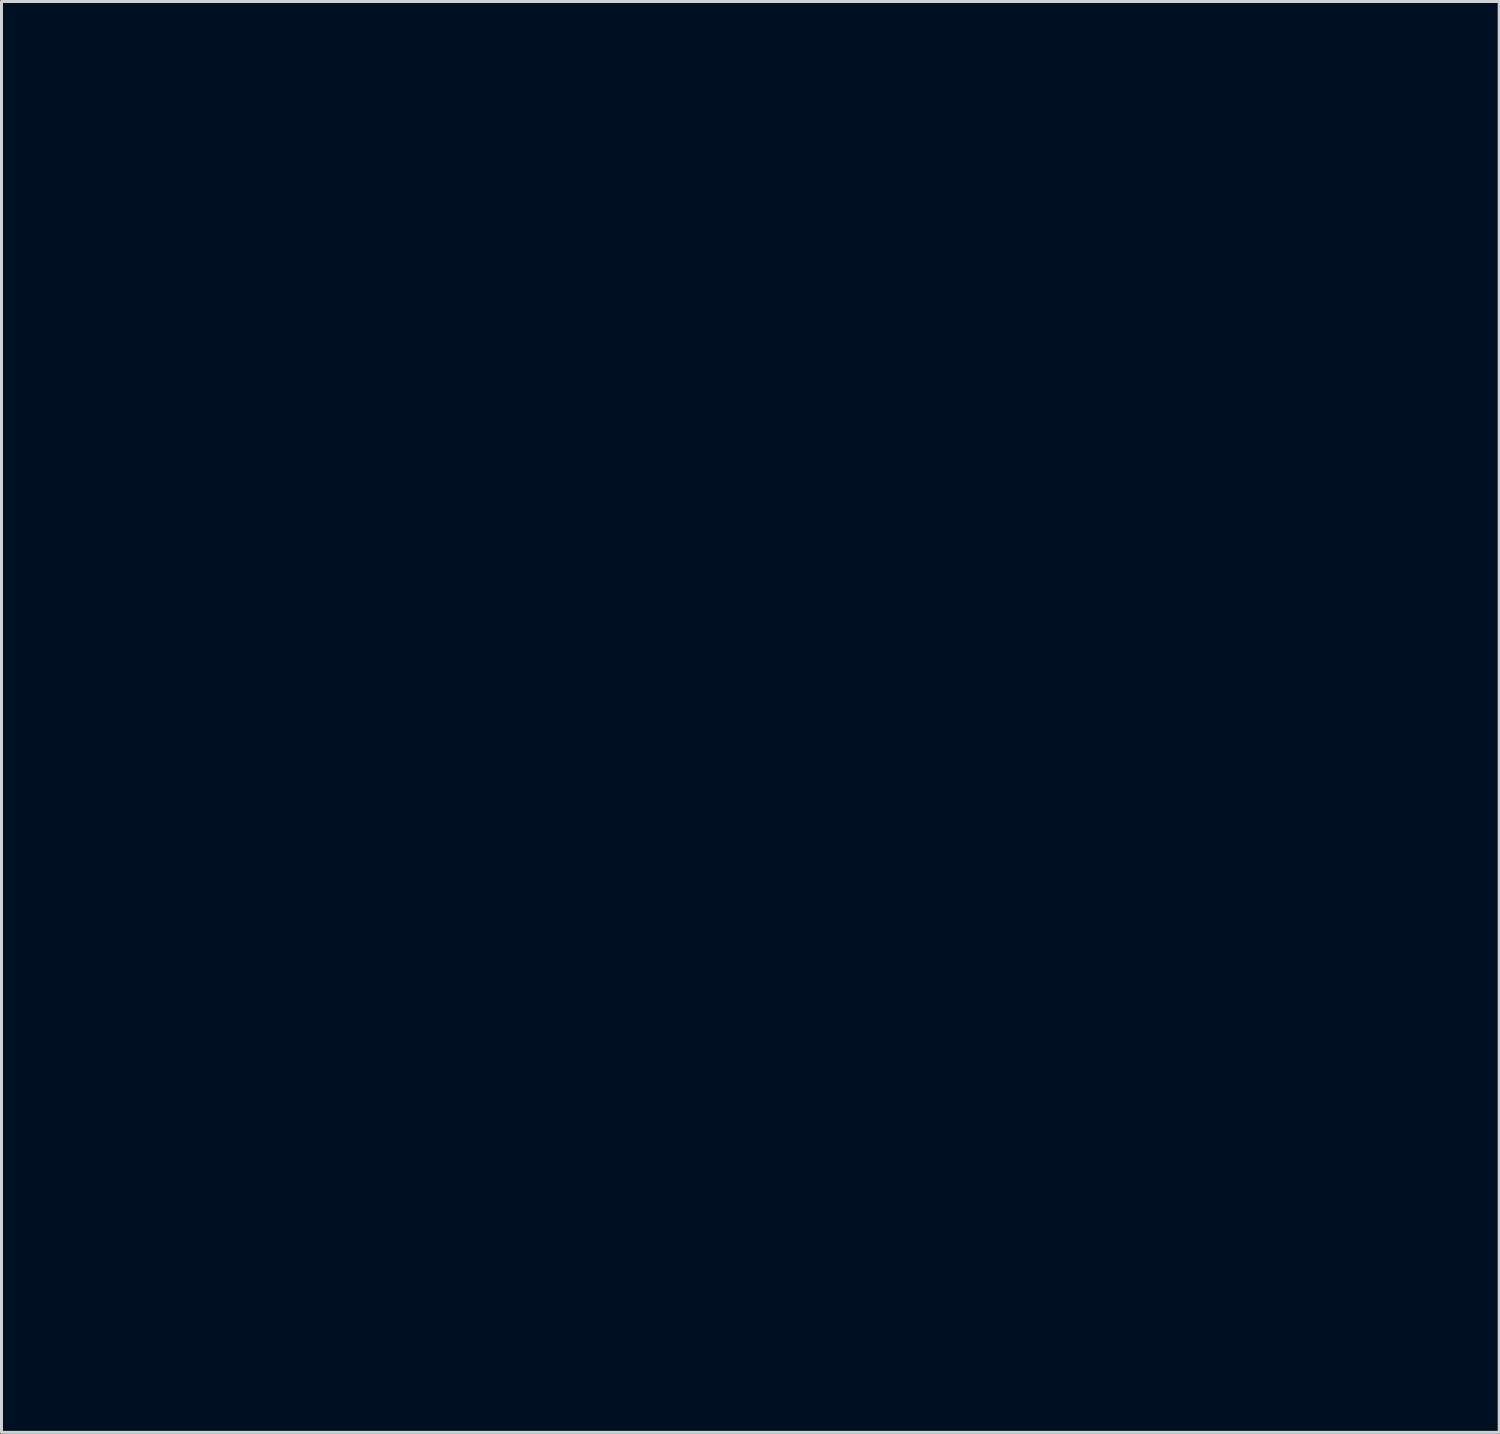
<source format=kicad_pcb>
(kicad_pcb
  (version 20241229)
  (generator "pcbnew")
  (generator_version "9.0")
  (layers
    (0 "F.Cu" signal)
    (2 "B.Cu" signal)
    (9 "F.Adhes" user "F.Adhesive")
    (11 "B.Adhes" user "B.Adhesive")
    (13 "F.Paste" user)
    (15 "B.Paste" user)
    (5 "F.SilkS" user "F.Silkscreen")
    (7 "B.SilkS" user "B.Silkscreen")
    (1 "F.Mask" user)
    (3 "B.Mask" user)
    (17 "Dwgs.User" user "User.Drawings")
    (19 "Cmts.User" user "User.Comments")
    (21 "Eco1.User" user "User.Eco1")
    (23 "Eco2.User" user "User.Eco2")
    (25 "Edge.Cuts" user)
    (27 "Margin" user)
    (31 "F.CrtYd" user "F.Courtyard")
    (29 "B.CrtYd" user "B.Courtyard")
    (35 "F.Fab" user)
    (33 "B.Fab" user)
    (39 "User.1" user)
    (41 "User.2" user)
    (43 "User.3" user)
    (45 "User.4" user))
  (footprint "Front_mask"
    (layer "F.Cu")
    (at 20.674 20.667)
    (property "Reference" "Front_mask" (at 0 0 0) (layer "F.Mask") (effects (font (size 1.524 1.524) (thickness 0.3))))
    (attr through_hole)
    (fp_poly (pts (xy 0.212 -1.471) (xy 0.393 -1.437) (xy 0.572 -1.375) (xy 0.667 -1.333) (xy 0.881 -1.207) (xy 1.068 -1.049) (xy 1.227 -0.863) (xy 1.353 -0.652) (xy 1.446 -0.418) (xy 1.472 -0.323) (xy 1.493 -0.186) (xy 1.501 -0.027) (xy 1.496 0.141) (xy 1.477 0.301) (xy 1.447 0.44) (xy 1.439 0.465) (xy 1.337 0.706) (xy 1.204 0.918) (xy 1.04 1.101) (xy 0.846 1.254) (xy 0.625 1.376) (xy 0.49 1.43) (xy 0.35 1.467) (xy 0.185 1.49) (xy 0.011 1.5) (xy -0.16 1.495) (xy -0.312 1.475) (xy -0.368 1.462) (xy -0.606 1.375) (xy -0.822 1.254) (xy -1.014 1.102) (xy -1.178 0.921) (xy -1.31 0.715) (xy -1.345 0.646) (xy -1.42 0.454) (xy -1.464 0.263) (xy -1.481 0.057) (xy -1.482 0.011) (xy -1.462 -0.241) (xy -1.403 -0.48) (xy -1.308 -0.701) (xy -1.179 -0.903) (xy -1.017 -1.08) (xy -0.825 -1.231) (xy -0.646 -1.333) (xy -0.461 -1.41) (xy -0.283 -1.457) (xy -0.094 -1.479) (xy 0.011 -1.482) (xy 0.212 -1.471)) (stroke (width 0.01) (type solid)) (fill yes) (layer "F.Mask"))
    (fp_poly (pts (xy 3.59 -14.223) (xy 3.804 -14.222) (xy 4.008 -14.22) (xy 4.197 -14.218) (xy 4.367 -14.215) (xy 4.515 -14.212) (xy 4.634 -14.208) (xy 4.722 -14.204) (xy 4.774 -14.198) (xy 4.783 -14.196) (xy 4.848 -14.159) (xy 4.903 -14.101) (xy 4.905 -14.099) (xy 4.918 -14.079) (xy 4.928 -14.058) (xy 4.936 -14.031) (xy 4.943 -13.995) (xy 4.947 -13.944) (xy 4.95 -13.873) (xy 4.952 -13.779) (xy 4.953 -13.655) (xy 4.953 -13.499) (xy 4.953 -13.32) (xy 4.953 -13.122) (xy 4.952 -12.961) (xy 4.95 -12.834) (xy 4.947 -12.736) (xy 4.943 -12.664) (xy 4.937 -12.612) (xy 4.93 -12.576) (xy 4.922 -12.553) (xy 4.921 -12.552) (xy 4.909 -12.528) (xy 4.899 -12.507) (xy 4.886 -12.489) (xy 4.868 -12.474) (xy 4.842 -12.462) (xy 4.805 -12.451) (xy 4.754 -12.443) (xy 4.687 -12.437) (xy 4.599 -12.432) (xy 4.489 -12.429) (xy 4.353 -12.427) (xy 4.189 -12.426) (xy 3.993 -12.425) (xy 3.762 -12.425) (xy 3.493 -12.426) (xy 3.313 -12.426) (xy 3.02 -12.426) (xy 2.766 -12.426) (xy 2.548 -12.427) (xy 2.365 -12.428) (xy 2.212 -12.43) (xy 2.088 -12.432) (xy 1.989 -12.435) (xy 1.912 -12.438) (xy 1.855 -12.442) (xy 1.815 -12.446) (xy 1.789 -12.452) (xy 1.775 -12.457) (xy 1.743 -12.476) (xy 1.717 -12.499) (xy 1.696 -12.528) (xy 1.68 -12.57) (xy 1.669 -12.627) (xy 1.661 -12.704) (xy 1.656 -12.806) (xy 1.654 -12.937) (xy 1.654 -13.1) (xy 1.655 -13.301) (xy 1.655 -13.344) (xy 1.657 -13.536) (xy 1.659 -13.69) (xy 1.661 -13.812) (xy 1.664 -13.904) (xy 1.668 -13.973) (xy 1.673 -14.023) (xy 1.679 -14.057) (xy 1.688 -14.082) (xy 1.698 -14.101) (xy 1.706 -14.111) (xy 1.758 -14.161) (xy 1.822 -14.196) (xy 1.822 -14.196) (xy 1.859 -14.202) (xy 1.933 -14.206) (xy 2.041 -14.211) (xy 2.178 -14.214) (xy 2.34 -14.217) (xy 2.523 -14.22) (xy 2.721 -14.221) (xy 2.932 -14.223) (xy 3.15 -14.223) (xy 3.371 -14.223) (xy 3.59 -14.223)) (stroke (width 0.01) (type solid)) (fill yes) (layer "F.Mask"))
    (fp_poly (pts (xy -17.142 1.52) (xy -16.956 1.577) (xy -16.789 1.666) (xy -16.644 1.784) (xy -16.524 1.926) (xy -16.433 2.09) (xy -16.375 2.271) (xy -16.351 2.465) (xy -16.364 2.647) (xy -16.375 2.725) (xy -16.377 2.774) (xy -16.368 2.809) (xy -16.345 2.842) (xy -16.324 2.867) (xy -16.278 2.933) (xy -16.238 3.013) (xy -16.228 3.041) (xy -16.2 3.133) (xy -16.166 3.25) (xy -16.13 3.385) (xy -16.091 3.531) (xy -16.051 3.684) (xy -16.013 3.835) (xy -15.978 3.979) (xy -15.947 4.11) (xy -15.922 4.221) (xy -15.905 4.305) (xy -15.897 4.357) (xy -15.896 4.365) (xy -15.917 4.474) (xy -15.975 4.573) (xy -16.058 4.647) (xy -16.092 4.662) (xy -16.16 4.685) (xy -16.256 4.715) (xy -16.374 4.75) (xy -16.506 4.789) (xy -16.646 4.828) (xy -16.787 4.867) (xy -16.923 4.904) (xy -17.047 4.936) (xy -17.153 4.962) (xy -17.233 4.979) (xy -17.261 4.985) (xy -17.324 4.984) (xy -17.395 4.969) (xy -17.406 4.965) (xy -17.513 4.908) (xy -17.588 4.823) (xy -17.618 4.767) (xy -17.637 4.712) (xy -17.664 4.626) (xy -17.696 4.513) (xy -17.732 4.38) (xy -17.771 4.235) (xy -17.81 4.083) (xy -17.849 3.93) (xy -17.885 3.784) (xy -17.916 3.65) (xy -17.942 3.535) (xy -17.961 3.446) (xy -17.97 3.388) (xy -17.971 3.377) (xy -17.974 3.318) (xy -17.988 3.273) (xy -18.02 3.228) (xy -18.067 3.179) (xy -18.182 3.034) (xy -18.268 2.865) (xy -18.324 2.681) (xy -18.343 2.508) (xy -17.801 2.508) (xy -17.781 2.614) (xy -17.729 2.72) (xy -17.651 2.815) (xy -17.555 2.889) (xy -17.494 2.918) (xy -17.407 2.933) (xy -17.3 2.927) (xy -17.191 2.901) (xy -17.131 2.877) (xy -17.031 2.807) (xy -16.957 2.709) (xy -16.913 2.593) (xy -16.901 2.467) (xy -16.912 2.391) (xy -16.962 2.269) (xy -17.042 2.171) (xy -17.146 2.099) (xy -17.266 2.057) (xy -17.396 2.049) (xy -17.508 2.072) (xy -17.603 2.124) (xy -17.687 2.207) (xy -17.752 2.311) (xy -17.792 2.426) (xy -17.801 2.508) (xy -18.343 2.508) (xy -18.345 2.494) (xy -18.332 2.329) (xy -18.276 2.13) (xy -18.186 1.952) (xy -18.066 1.8) (xy -17.918 1.675) (xy -17.748 1.582) (xy -17.559 1.523) (xy -17.354 1.501) (xy -17.343 1.501) (xy -17.142 1.52)) (stroke (width 0.01) (type solid)) (fill yes) (layer "F.Mask"))
    (fp_poly (pts (xy 10.192 -10.864) (xy 10.383 -10.822) (xy 10.548 -10.753) (xy 10.696 -10.655) (xy 10.699 -10.652) (xy 10.845 -10.51) (xy 10.954 -10.349) (xy 11.026 -10.169) (xy 11.062 -9.967) (xy 11.065 -9.925) (xy 11.057 -9.72) (xy 11.01 -9.528) (xy 10.928 -9.353) (xy 10.813 -9.199) (xy 10.669 -9.07) (xy 10.498 -8.97) (xy 10.428 -8.941) (xy 10.358 -8.915) (xy 10.32 -8.894) (xy 10.304 -8.871) (xy 10.302 -8.836) (xy 10.304 -8.818) (xy 10.307 -8.762) (xy 10.303 -8.711) (xy 10.291 -8.663) (xy 10.267 -8.611) (xy 10.227 -8.552) (xy 10.17 -8.481) (xy 10.091 -8.395) (xy 9.989 -8.288) (xy 9.86 -8.157) (xy 9.837 -8.134) (xy 9.724 -8.022) (xy 9.618 -7.918) (xy 9.522 -7.827) (xy 9.442 -7.754) (xy 9.382 -7.702) (xy 9.346 -7.675) (xy 9.344 -7.674) (xy 9.254 -7.648) (xy 9.154 -7.643) (xy 9.059 -7.658) (xy 9.006 -7.681) (xy 8.97 -7.71) (xy 8.911 -7.764) (xy 8.832 -7.838) (xy 8.739 -7.929) (xy 8.635 -8.032) (xy 8.525 -8.143) (xy 8.413 -8.256) (xy 8.303 -8.369) (xy 8.201 -8.476) (xy 8.109 -8.573) (xy 8.033 -8.655) (xy 7.977 -8.719) (xy 7.944 -8.76) (xy 7.939 -8.77) (xy 7.917 -8.884) (xy 7.934 -9) (xy 7.957 -9.055) (xy 7.982 -9.09) (xy 8.034 -9.15) (xy 8.107 -9.23) (xy 8.198 -9.326) (xy 8.301 -9.433) (xy 8.414 -9.546) (xy 8.428 -9.56) (xy 8.554 -9.685) (xy 8.654 -9.783) (xy 8.733 -9.858) (xy 8.751 -9.874) (xy 9.641 -9.874) (xy 9.644 -9.787) (xy 9.654 -9.726) (xy 9.676 -9.674) (xy 9.7 -9.635) (xy 9.768 -9.55) (xy 9.849 -9.49) (xy 9.943 -9.449) (xy 10.015 -9.427) (xy 10.076 -9.422) (xy 10.145 -9.432) (xy 10.19 -9.442) (xy 10.308 -9.491) (xy 10.402 -9.569) (xy 10.469 -9.667) (xy 10.508 -9.78) (xy 10.518 -9.899) (xy 10.497 -10.017) (xy 10.444 -10.127) (xy 10.36 -10.219) (xy 10.246 -10.287) (xy 10.123 -10.318) (xy 9.998 -10.313) (xy 9.878 -10.273) (xy 9.772 -10.199) (xy 9.7 -10.115) (xy 9.668 -10.059) (xy 9.65 -10.006) (xy 9.643 -9.939) (xy 9.641 -9.874) (xy 8.751 -9.874) (xy 8.795 -9.914) (xy 8.846 -9.953) (xy 8.89 -9.979) (xy 8.931 -9.996) (xy 8.973 -10.006) (xy 9.023 -10.014) (xy 9.057 -10.019) (xy 9.078 -10.04) (xy 9.102 -10.091) (xy 9.116 -10.137) (xy 9.181 -10.313) (xy 9.28 -10.472) (xy 9.408 -10.609) (xy 9.558 -10.722) (xy 9.725 -10.806) (xy 9.903 -10.858) (xy 10.086 -10.873) (xy 10.192 -10.864)) (stroke (width 0.01) (type solid)) (fill yes) (layer "F.Mask"))
    (fp_poly (pts (xy 2.032 1.983) (xy 2.12 2.038) (xy 2.185 2.106) (xy 2.212 2.147) (xy 2.275 2.251) (xy 2.282 2.94) (xy 2.283 3.113) (xy 2.284 3.276) (xy 2.283 3.424) (xy 2.282 3.552) (xy 2.28 3.652) (xy 2.277 3.719) (xy 2.276 3.739) (xy 2.241 3.865) (xy 2.172 3.976) (xy 2.078 4.065) (xy 1.964 4.123) (xy 1.903 4.138) (xy 1.82 4.152) (xy 1.82 15.214) (xy 1.958 15.223) (xy 2.07 15.239) (xy 2.155 15.276) (xy 2.225 15.342) (xy 2.26 15.388) (xy 2.273 15.409) (xy 2.284 15.431) (xy 2.292 15.459) (xy 2.298 15.498) (xy 2.302 15.552) (xy 2.305 15.628) (xy 2.306 15.729) (xy 2.307 15.861) (xy 2.307 16.028) (xy 2.307 16.101) (xy 2.307 16.301) (xy 2.305 16.462) (xy 2.302 16.591) (xy 2.295 16.691) (xy 2.284 16.768) (xy 2.269 16.825) (xy 2.247 16.869) (xy 2.22 16.902) (xy 2.184 16.931) (xy 2.144 16.958) (xy 2.121 16.971) (xy 2.099 16.982) (xy 2.071 16.99) (xy 2.035 16.997) (xy 1.983 17.002) (xy 1.913 17.005) (xy 1.82 17.007) (xy 1.698 17.009) (xy 1.544 17.01) (xy 1.352 17.011) (xy 1.344 17.011) (xy 1.171 17.012) (xy 1.009 17.011) (xy 0.864 17.009) (xy 0.741 17.007) (xy 0.646 17.004) (xy 0.584 17) (xy 0.563 16.997) (xy 0.507 16.969) (xy 0.447 16.926) (xy 0.439 16.918) (xy 0.406 16.886) (xy 0.379 16.853) (xy 0.359 16.816) (xy 0.343 16.769) (xy 0.332 16.707) (xy 0.325 16.626) (xy 0.32 16.52) (xy 0.318 16.384) (xy 0.318 16.214) (xy 0.318 16.108) (xy 0.318 15.929) (xy 0.318 15.787) (xy 0.32 15.677) (xy 0.323 15.594) (xy 0.327 15.532) (xy 0.333 15.487) (xy 0.341 15.453) (xy 0.352 15.426) (xy 0.359 15.41) (xy 0.404 15.344) (xy 0.46 15.287) (xy 0.47 15.279) (xy 0.5 15.26) (xy 0.531 15.246) (xy 0.572 15.237) (xy 0.63 15.231) (xy 0.714 15.227) (xy 0.829 15.224) (xy 0.873 15.223) (xy 1.206 15.216) (xy 1.206 4.152) (xy 1.138 4.137) (xy 1.003 4.089) (xy 0.895 4.01) (xy 0.817 3.904) (xy 0.784 3.821) (xy 0.776 3.777) (xy 0.771 3.703) (xy 0.767 3.595) (xy 0.765 3.452) (xy 0.764 3.271) (xy 0.765 3.051) (xy 0.766 2.983) (xy 0.773 2.23) (xy 0.831 2.142) (xy 0.887 2.073) (xy 0.956 2.01) (xy 0.978 1.995) (xy 1.008 1.975) (xy 1.037 1.961) (xy 1.07 1.95) (xy 1.115 1.942) (xy 1.177 1.938) (xy 1.264 1.934) (xy 1.381 1.932) (xy 1.491 1.93) (xy 1.916 1.924) (xy 2.032 1.983)) (stroke (width 0.01) (type solid)) (fill yes) (layer "F.Mask"))
    (fp_poly (pts (xy -2.359 -14.221) (xy -2.181 -14.22) (xy -2.03 -14.219) (xy -1.908 -14.217) (xy -1.819 -14.216) (xy -1.767 -14.213) (xy -1.758 -14.213) (xy -1.668 -14.185) (xy -1.593 -14.128) (xy -1.522 -14.057) (xy -1.529 -13.303) (xy -1.535 -12.548) (xy -1.673 -12.425) (xy -4.651 -12.425) (xy -4.709 -12.471) (xy -4.749 -12.507) (xy -4.778 -12.548) (xy -4.8 -12.601) (xy -4.813 -12.672) (xy -4.822 -12.768) (xy -4.825 -12.894) (xy -4.826 -13.016) (xy -4.826 -13.376) (xy -5.001 -13.312) (xy -5.218 -13.227) (xy -5.463 -13.125) (xy -5.725 -13.009) (xy -5.996 -12.883) (xy -6.267 -12.753) (xy -6.528 -12.621) (xy -6.771 -12.494) (xy -6.986 -12.374) (xy -7.006 -12.362) (xy -7.168 -12.267) (xy -7.314 -12.18) (xy -7.441 -12.103) (xy -7.544 -12.039) (xy -7.622 -11.989) (xy -7.669 -11.956) (xy -7.684 -11.943) (xy -7.67 -11.923) (xy -7.634 -11.881) (xy -7.582 -11.825) (xy -7.569 -11.811) (xy -7.482 -11.707) (xy -7.433 -11.611) (xy -7.417 -11.515) (xy -7.431 -11.425) (xy -7.441 -11.394) (xy -7.461 -11.359) (xy -7.491 -11.317) (xy -7.537 -11.263) (xy -7.601 -11.193) (xy -7.686 -11.104) (xy -7.796 -10.991) (xy -7.891 -10.896) (xy -8.005 -10.782) (xy -8.113 -10.677) (xy -8.21 -10.585) (xy -8.291 -10.51) (xy -8.353 -10.456) (xy -8.39 -10.427) (xy -8.395 -10.425) (xy -8.504 -10.396) (xy -8.62 -10.408) (xy -8.689 -10.433) (xy -8.726 -10.459) (xy -8.786 -10.51) (xy -8.867 -10.582) (xy -8.962 -10.672) (xy -9.068 -10.774) (xy -9.181 -10.884) (xy -9.295 -10.998) (xy -9.407 -11.112) (xy -9.512 -11.22) (xy -9.606 -11.318) (xy -9.683 -11.403) (xy -9.74 -11.469) (xy -9.773 -11.512) (xy -9.778 -11.521) (xy -9.801 -11.641) (xy -9.784 -11.76) (xy -9.738 -11.855) (xy -9.7 -11.904) (xy -9.638 -11.975) (xy -9.557 -12.061) (xy -9.462 -12.159) (xy -9.359 -12.263) (xy -9.252 -12.368) (xy -9.146 -12.47) (xy -9.046 -12.563) (xy -8.958 -12.643) (xy -8.886 -12.705) (xy -8.836 -12.743) (xy -8.82 -12.753) (xy -8.733 -12.779) (xy -8.651 -12.781) (xy -8.567 -12.755) (xy -8.476 -12.7) (xy -8.371 -12.612) (xy -8.305 -12.548) (xy -8.132 -12.377) (xy -7.876 -12.539) (xy -7.32 -12.873) (xy -6.736 -13.19) (xy -6.135 -13.483) (xy -5.528 -13.748) (xy -5.096 -13.918) (xy -4.982 -13.961) (xy -4.902 -13.995) (xy -4.847 -14.024) (xy -4.812 -14.051) (xy -4.788 -14.08) (xy -4.785 -14.084) (xy -4.77 -14.109) (xy -4.756 -14.131) (xy -4.74 -14.149) (xy -4.72 -14.165) (xy -4.691 -14.178) (xy -4.651 -14.188) (xy -4.598 -14.196) (xy -4.526 -14.203) (xy -4.435 -14.208) (xy -4.32 -14.211) (xy -4.179 -14.214) (xy -4.008 -14.216) (xy -3.804 -14.217) (xy -3.565 -14.218) (xy -3.287 -14.22) (xy -3.249 -14.22) (xy -3.007 -14.221) (xy -2.775 -14.221) (xy -2.558 -14.221) (xy -2.359 -14.221)) (stroke (width 0.01) (type solid)) (fill yes) (layer "F.Mask"))
    (fp_poly (pts (xy -1.532 -7.425) (xy -1.428 -7.417) (xy -1.347 -7.404) (xy -1.274 -7.381) (xy -1.188 -7.344) (xy -1.174 -7.337) (xy -1.002 -7.235) (xy -0.861 -7.107) (xy -0.749 -6.959) (xy -0.669 -6.796) (xy -0.62 -6.622) (xy -0.602 -6.443) (xy -0.616 -6.264) (xy -0.662 -6.089) (xy -0.741 -5.924) (xy -0.852 -5.773) (xy -0.997 -5.641) (xy -1.042 -5.61) (xy -1.119 -5.562) (xy -1.196 -5.523) (xy -1.251 -5.5) (xy -1.333 -5.475) (xy -1.333 -4.276) (xy -1.206 -4.276) (xy -1.071 -4.257) (xy -0.952 -4.206) (xy -0.854 -4.126) (xy -0.785 -4.023) (xy -0.763 -3.964) (xy -0.757 -3.92) (xy -0.752 -3.836) (xy -0.747 -3.718) (xy -0.744 -3.568) (xy -0.742 -3.389) (xy -0.741 -3.186) (xy -0.741 -3.154) (xy -0.742 -2.956) (xy -0.742 -2.796) (xy -0.744 -2.669) (xy -0.746 -2.571) (xy -0.75 -2.496) (xy -0.754 -2.44) (xy -0.761 -2.399) (xy -0.769 -2.367) (xy -0.779 -2.341) (xy -0.78 -2.339) (xy -0.829 -2.261) (xy -0.9 -2.184) (xy -0.978 -2.122) (xy -1.03 -2.094) (xy -1.067 -2.088) (xy -1.138 -2.083) (xy -1.238 -2.079) (xy -1.357 -2.076) (xy -1.489 -2.075) (xy -1.51 -2.075) (xy -1.663 -2.076) (xy -1.779 -2.078) (xy -1.865 -2.082) (xy -1.927 -2.089) (xy -1.97 -2.097) (xy -2 -2.109) (xy -2 -2.109) (xy -2.111 -2.188) (xy -2.193 -2.289) (xy -2.234 -2.379) (xy -2.242 -2.43) (xy -2.249 -2.516) (xy -2.256 -2.632) (xy -2.26 -2.77) (xy -2.264 -2.925) (xy -2.266 -3.089) (xy -2.267 -3.256) (xy -2.266 -3.419) (xy -2.264 -3.572) (xy -2.26 -3.709) (xy -2.255 -3.822) (xy -2.248 -3.905) (xy -2.242 -3.946) (xy -2.191 -4.069) (xy -2.109 -4.165) (xy -1.998 -4.233) (xy -1.862 -4.269) (xy -1.773 -4.275) (xy -1.63 -4.276) (xy -1.63 -5.431) (xy -1.771 -5.455) (xy -1.961 -5.509) (xy -2.134 -5.598) (xy -2.286 -5.72) (xy -2.412 -5.869) (xy -2.509 -6.043) (xy -2.572 -6.237) (xy -2.574 -6.249) (xy -2.594 -6.44) (xy -2.589 -6.485) (xy -2.041 -6.485) (xy -2.037 -6.362) (xy -1.999 -6.243) (xy -1.93 -6.138) (xy -1.832 -6.053) (xy -1.756 -6.013) (xy -1.707 -6.002) (xy -1.634 -5.996) (xy -1.574 -5.997) (xy -1.479 -6.007) (xy -1.405 -6.032) (xy -1.356 -6.061) (xy -1.256 -6.15) (xy -1.189 -6.259) (xy -1.155 -6.38) (xy -1.157 -6.506) (xy -1.195 -6.628) (xy -1.253 -6.719) (xy -1.35 -6.806) (xy -1.464 -6.859) (xy -1.587 -6.878) (xy -1.711 -6.865) (xy -1.827 -6.818) (xy -1.927 -6.737) (xy -1.942 -6.72) (xy -2.01 -6.607) (xy -2.041 -6.485) (xy -2.589 -6.485) (xy -2.575 -6.631) (xy -2.52 -6.813) (xy -2.433 -6.982) (xy -2.316 -7.131) (xy -2.173 -7.254) (xy -2.073 -7.313) (xy -1.916 -7.38) (xy -1.76 -7.417) (xy -1.589 -7.427) (xy -1.532 -7.425)) (stroke (width 0.01) (type solid)) (fill yes) (layer "F.Mask"))
    (fp_poly (pts (xy 13.726 -7.33) (xy 13.918 -7.287) (xy 14.083 -7.218) (xy 14.231 -7.12) (xy 14.234 -7.117) (xy 14.38 -6.975) (xy 14.489 -6.815) (xy 14.561 -6.634) (xy 14.597 -6.432) (xy 14.6 -6.39) (xy 14.592 -6.181) (xy 14.544 -5.988) (xy 14.457 -5.809) (xy 14.346 -5.663) (xy 14.254 -5.561) (xy 14.386 -5.199) (xy 14.508 -4.845) (xy 14.627 -4.471) (xy 14.739 -4.087) (xy 14.842 -3.703) (xy 14.934 -3.326) (xy 15.012 -2.968) (xy 15.073 -2.637) (xy 15.081 -2.589) (xy 15.095 -2.501) (xy 15.397 -2.494) (xy 15.516 -2.491) (xy 15.601 -2.487) (xy 15.661 -2.481) (xy 15.702 -2.472) (xy 15.734 -2.457) (xy 15.765 -2.436) (xy 15.774 -2.429) (xy 15.813 -2.398) (xy 15.844 -2.364) (xy 15.868 -2.325) (xy 15.887 -2.275) (xy 15.9 -2.21) (xy 15.908 -2.124) (xy 15.913 -2.014) (xy 15.915 -1.873) (xy 15.914 -1.698) (xy 15.913 -1.564) (xy 15.907 -0.939) (xy 15.847 -0.861) (xy 15.817 -0.822) (xy 15.789 -0.79) (xy 15.757 -0.765) (xy 15.719 -0.746) (xy 15.668 -0.731) (xy 15.601 -0.721) (xy 15.512 -0.714) (xy 15.398 -0.71) (xy 15.254 -0.707) (xy 15.075 -0.706) (xy 14.944 -0.705) (xy 14.772 -0.705) (xy 14.612 -0.705) (xy 14.469 -0.707) (xy 14.348 -0.709) (xy 14.255 -0.712) (xy 14.196 -0.716) (xy 14.177 -0.719) (xy 14.078 -0.767) (xy 13.998 -0.841) (xy 13.962 -0.897) (xy 13.952 -0.923) (xy 13.944 -0.958) (xy 13.938 -1.007) (xy 13.934 -1.074) (xy 13.931 -1.164) (xy 13.929 -1.283) (xy 13.928 -1.434) (xy 13.928 -1.614) (xy 13.928 -1.796) (xy 13.928 -1.941) (xy 13.929 -2.053) (xy 13.932 -2.138) (xy 13.935 -2.2) (xy 13.94 -2.244) (xy 13.948 -2.276) (xy 13.957 -2.3) (xy 13.97 -2.321) (xy 13.976 -2.33) (xy 14.045 -2.413) (xy 14.125 -2.466) (xy 14.225 -2.492) (xy 14.322 -2.498) (xy 14.395 -2.498) (xy 14.442 -2.502) (xy 14.467 -2.518) (xy 14.474 -2.553) (xy 14.467 -2.613) (xy 14.45 -2.707) (xy 14.445 -2.733) (xy 14.369 -3.103) (xy 14.275 -3.498) (xy 14.168 -3.904) (xy 14.05 -4.311) (xy 13.924 -4.705) (xy 13.795 -5.075) (xy 13.754 -5.186) (xy 13.701 -5.323) (xy 13.555 -5.339) (xy 13.34 -5.381) (xy 13.148 -5.458) (xy 12.978 -5.571) (xy 12.892 -5.651) (xy 12.77 -5.805) (xy 12.683 -5.978) (xy 12.632 -6.165) (xy 12.618 -6.339) (xy 13.176 -6.339) (xy 13.179 -6.252) (xy 13.189 -6.191) (xy 13.211 -6.139) (xy 13.234 -6.1) (xy 13.303 -6.015) (xy 13.384 -5.956) (xy 13.478 -5.914) (xy 13.55 -5.893) (xy 13.61 -5.887) (xy 13.68 -5.897) (xy 13.725 -5.907) (xy 13.843 -5.957) (xy 13.936 -6.034) (xy 14.003 -6.133) (xy 14.043 -6.245) (xy 14.053 -6.364) (xy 14.032 -6.482) (xy 13.979 -6.592) (xy 13.895 -6.684) (xy 13.781 -6.753) (xy 13.658 -6.784) (xy 13.533 -6.778) (xy 13.413 -6.738) (xy 13.307 -6.665) (xy 13.235 -6.58) (xy 13.203 -6.524) (xy 13.185 -6.471) (xy 13.177 -6.404) (xy 13.176 -6.339) (xy 12.618 -6.339) (xy 12.616 -6.358) (xy 12.638 -6.552) (xy 12.698 -6.74) (xy 12.738 -6.823) (xy 12.843 -6.975) (xy 12.977 -7.105) (xy 13.134 -7.21) (xy 13.306 -7.286) (xy 13.486 -7.329) (xy 13.667 -7.336) (xy 13.726 -7.33)) (stroke (width 0.01) (type solid)) (fill yes) (layer "F.Mask"))
    (fp_poly (pts (xy 5.624 -1.365) (xy 5.805 -1.364) (xy 5.952 -1.362) (xy 6.07 -1.359) (xy 6.161 -1.353) (xy 6.231 -1.344) (xy 6.283 -1.333) (xy 6.321 -1.317) (xy 6.35 -1.298) (xy 6.374 -1.273) (xy 6.396 -1.243) (xy 6.398 -1.241) (xy 6.413 -1.217) (xy 6.425 -1.192) (xy 6.434 -1.158) (xy 6.44 -1.11) (xy 6.444 -1.043) (xy 6.448 -0.949) (xy 6.45 -0.824) (xy 6.452 -0.693) (xy 6.459 -0.212) (xy 6.811 -0.212) (xy 6.819 -0.483) (xy 6.822 -0.596) (xy 6.827 -0.675) (xy 6.834 -0.73) (xy 6.846 -0.769) (xy 6.864 -0.802) (xy 6.887 -0.835) (xy 6.923 -0.878) (xy 6.958 -0.913) (xy 6.999 -0.94) (xy 7.05 -0.96) (xy 7.116 -0.975) (xy 7.202 -0.985) (xy 7.314 -0.99) (xy 7.457 -0.993) (xy 7.635 -0.994) (xy 7.707 -0.994) (xy 7.896 -0.994) (xy 8.048 -0.993) (xy 8.167 -0.989) (xy 8.26 -0.983) (xy 8.331 -0.973) (xy 8.385 -0.96) (xy 8.428 -0.942) (xy 8.464 -0.919) (xy 8.496 -0.891) (xy 8.526 -0.862) (xy 8.551 -0.833) (xy 8.571 -0.799) (xy 8.586 -0.757) (xy 8.597 -0.7) (xy 8.605 -0.626) (xy 8.61 -0.528) (xy 8.613 -0.404) (xy 8.614 -0.247) (xy 8.615 -0.054) (xy 8.615 0.011) (xy 8.615 0.215) (xy 8.614 0.382) (xy 8.611 0.516) (xy 8.607 0.621) (xy 8.6 0.701) (xy 8.59 0.763) (xy 8.576 0.809) (xy 8.558 0.845) (xy 8.534 0.875) (xy 8.505 0.904) (xy 8.496 0.913) (xy 8.461 0.941) (xy 8.425 0.964) (xy 8.382 0.982) (xy 8.327 0.995) (xy 8.255 1.005) (xy 8.16 1.011) (xy 8.039 1.014) (xy 7.885 1.015) (xy 7.707 1.016) (xy 7.531 1.015) (xy 7.392 1.014) (xy 7.285 1.012) (xy 7.205 1.009) (xy 7.145 1.004) (xy 7.1 0.997) (xy 7.067 0.988) (xy 7.038 0.976) (xy 6.943 0.917) (xy 6.876 0.838) (xy 6.835 0.733) (xy 6.817 0.598) (xy 6.816 0.54) (xy 6.816 0.381) (xy 6.459 0.381) (xy 6.452 0.788) (xy 6.45 0.928) (xy 6.448 1.044) (xy 6.44 1.139) (xy 6.425 1.214) (xy 6.398 1.272) (xy 6.355 1.316) (xy 6.294 1.347) (xy 6.209 1.368) (xy 6.099 1.38) (xy 5.959 1.386) (xy 5.786 1.389) (xy 5.576 1.39) (xy 5.461 1.39) (xy 5.281 1.39) (xy 5.113 1.39) (xy 4.96 1.389) (xy 4.829 1.386) (xy 4.725 1.384) (xy 4.653 1.38) (xy 4.619 1.377) (xy 4.555 1.352) (xy 4.505 1.32) (xy 4.483 1.3) (xy 4.465 1.279) (xy 4.45 1.255) (xy 4.437 1.222) (xy 4.427 1.178) (xy 4.419 1.12) (xy 4.413 1.044) (xy 4.409 0.946) (xy 4.406 0.823) (xy 4.404 0.672) (xy 4.403 0.488) (xy 4.403 0.27) (xy 4.403 0.013) (xy 4.403 0.006) (xy 4.403 -0.253) (xy 4.403 -0.472) (xy 4.404 -0.657) (xy 4.406 -0.809) (xy 4.409 -0.933) (xy 4.414 -1.032) (xy 4.42 -1.109) (xy 4.429 -1.168) (xy 4.441 -1.212) (xy 4.456 -1.245) (xy 4.474 -1.27) (xy 4.496 -1.291) (xy 4.522 -1.311) (xy 4.536 -1.321) (xy 4.553 -1.333) (xy 4.572 -1.342) (xy 4.598 -1.349) (xy 4.635 -1.355) (xy 4.687 -1.359) (xy 4.758 -1.362) (xy 4.853 -1.363) (xy 4.977 -1.365) (xy 5.132 -1.365) (xy 5.324 -1.365) (xy 5.404 -1.365) (xy 5.624 -1.365)) (stroke (width 0.01) (type solid)) (fill yes) (layer "F.Mask"))
    (fp_poly (pts (xy 3.839 14.967) (xy 3.937 14.969) (xy 4.137 14.971) (xy 4.298 14.973) (xy 4.425 14.98) (xy 4.523 14.994) (xy 4.594 15.018) (xy 4.643 15.055) (xy 4.674 15.108) (xy 4.691 15.18) (xy 4.698 15.274) (xy 4.699 15.393) (xy 4.699 15.536) (xy 4.698 15.695) (xy 4.693 15.821) (xy 4.686 15.912) (xy 4.677 15.964) (xy 4.675 15.969) (xy 4.643 16.02) (xy 4.599 16.056) (xy 4.534 16.081) (xy 4.441 16.097) (xy 4.314 16.107) (xy 4.312 16.107) (xy 4.083 16.118) (xy 4.561 16.863) (xy 5.04 17.608) (xy 5.111 17.566) (xy 5.129 17.556) (xy 5.151 17.548) (xy 5.179 17.541) (xy 5.218 17.536) (xy 5.271 17.532) (xy 5.344 17.53) (xy 5.439 17.529) (xy 5.562 17.528) (xy 5.715 17.529) (xy 5.903 17.529) (xy 6.085 17.531) (xy 6.988 17.537) (xy 7.133 17.695) (xy 7.133 18.473) (xy 7.133 18.684) (xy 7.132 18.858) (xy 7.13 18.997) (xy 7.127 19.107) (xy 7.121 19.192) (xy 7.113 19.255) (xy 7.101 19.302) (xy 7.085 19.335) (xy 7.065 19.361) (xy 7.039 19.382) (xy 7.008 19.404) (xy 7.008 19.404) (xy 6.985 19.419) (xy 6.961 19.43) (xy 6.93 19.438) (xy 6.888 19.444) (xy 6.828 19.448) (xy 6.745 19.451) (xy 6.634 19.452) (xy 6.489 19.452) (xy 6.393 19.452) (xy 5.85 19.452) (xy 5.661 19.516) (xy 5.207 19.655) (xy 4.721 19.775) (xy 4.207 19.875) (xy 3.671 19.954) (xy 3.534 19.97) (xy 3.429 19.98) (xy 3.297 19.992) (xy 3.145 20.003) (xy 2.984 20.015) (xy 2.822 20.025) (xy 2.669 20.034) (xy 2.533 20.04) (xy 2.425 20.044) (xy 2.376 20.045) (xy 2.328 20.049) (xy 2.31 20.07) (xy 2.307 20.103) (xy 2.292 20.171) (xy 2.253 20.249) (xy 2.199 20.319) (xy 2.173 20.343) (xy 2.141 20.365) (xy 2.102 20.383) (xy 2.051 20.397) (xy 1.984 20.408) (xy 1.896 20.415) (xy 1.783 20.421) (xy 1.641 20.424) (xy 1.463 20.425) (xy 1.298 20.425) (xy 1.098 20.424) (xy 0.936 20.422) (xy 0.809 20.419) (xy 0.712 20.415) (xy 0.64 20.409) (xy 0.59 20.402) (xy 0.564 20.395) (xy 0.465 20.342) (xy 0.386 20.265) (xy 0.338 20.176) (xy 0.337 20.173) (xy 0.33 20.127) (xy 0.325 20.041) (xy 0.322 19.92) (xy 0.32 19.765) (xy 0.321 19.581) (xy 0.321 19.472) (xy 0.328 18.846) (xy 0.387 18.768) (xy 0.415 18.732) (xy 0.441 18.703) (xy 0.47 18.68) (xy 0.506 18.662) (xy 0.554 18.649) (xy 0.619 18.639) (xy 0.703 18.633) (xy 0.813 18.629) (xy 0.952 18.627) (xy 1.125 18.627) (xy 1.319 18.627) (xy 1.517 18.627) (xy 1.676 18.627) (xy 1.803 18.628) (xy 1.901 18.63) (xy 1.974 18.632) (xy 2.028 18.637) (xy 2.066 18.642) (xy 2.094 18.65) (xy 2.115 18.659) (xy 2.135 18.672) (xy 2.139 18.675) (xy 2.201 18.727) (xy 2.255 18.789) (xy 2.259 18.794) (xy 2.279 18.827) (xy 2.292 18.861) (xy 2.3 18.906) (xy 2.305 18.97) (xy 2.307 19.061) (xy 2.307 19.152) (xy 2.307 19.438) (xy 2.725 19.424) (xy 3.343 19.386) (xy 3.949 19.311) (xy 4.554 19.197) (xy 4.667 19.171) (xy 4.964 19.103) (xy 4.969 18.582) (xy 4.975 18.061) (xy 3.726 16.118) (xy 3.484 16.108) (xy 3.373 16.102) (xy 3.295 16.094) (xy 3.242 16.083) (xy 3.203 16.067) (xy 3.182 16.053) (xy 3.144 16.022) (xy 3.116 15.99) (xy 3.096 15.951) (xy 3.083 15.897) (xy 3.075 15.824) (xy 3.073 15.723) (xy 3.073 15.59) (xy 3.074 15.512) (xy 3.076 15.374) (xy 3.08 15.262) (xy 3.089 15.172) (xy 3.108 15.102) (xy 3.141 15.049) (xy 3.191 15.012) (xy 3.263 14.987) (xy 3.36 14.973) (xy 3.485 14.967) (xy 3.644 14.966) (xy 3.839 14.967)) (stroke (width 0.01) (type solid)) (fill yes) (layer "F.Mask"))
    (fp_poly (pts (xy -8.28 7.533) (xy -8.279 7.533) (xy -8.079 7.59) (xy -7.898 7.683) (xy -7.739 7.81) (xy -7.608 7.968) (xy -7.598 7.984) (xy -7.519 8.134) (xy -7.471 8.293) (xy -7.453 8.472) (xy -7.454 8.576) (xy -7.461 8.682) (xy -7.474 8.763) (xy -7.495 8.836) (xy -7.531 8.919) (xy -7.534 8.927) (xy -7.605 9.08) (xy -7.512 9.162) (xy -7.47 9.199) (xy -7.401 9.259) (xy -7.312 9.337) (xy -7.209 9.427) (xy -7.097 9.525) (xy -7.028 9.585) (xy -6.637 9.927) (xy -5.836 9.927) (xy -5.619 9.927) (xy -5.439 9.928) (xy -5.294 9.93) (xy -5.179 9.934) (xy -5.091 9.939) (xy -5.024 9.948) (xy -4.975 9.96) (xy -4.941 9.976) (xy -4.916 9.996) (xy -4.897 10.021) (xy -4.88 10.051) (xy -4.879 10.053) (xy -4.869 10.082) (xy -4.86 10.123) (xy -4.855 10.183) (xy -4.851 10.267) (xy -4.848 10.38) (xy -4.847 10.527) (xy -4.847 10.611) (xy -4.847 11.107) (xy -4.688 11.172) (xy -4.529 11.237) (xy -4.497 11.175) (xy -4.478 11.141) (xy -4.456 11.114) (xy -4.427 11.092) (xy -4.386 11.076) (xy -4.329 11.065) (xy -4.25 11.057) (xy -4.146 11.052) (xy -4.012 11.05) (xy -3.843 11.049) (xy -3.715 11.049) (xy -3.521 11.049) (xy -3.365 11.051) (xy -3.242 11.054) (xy -3.148 11.06) (xy -3.078 11.069) (xy -3.027 11.082) (xy -2.991 11.1) (xy -2.964 11.123) (xy -2.944 11.153) (xy -2.931 11.178) (xy -2.919 11.208) (xy -2.91 11.248) (xy -2.905 11.306) (xy -2.902 11.386) (xy -2.902 11.496) (xy -2.904 11.642) (xy -2.904 11.645) (xy -2.91 12.047) (xy -2.98 12.109) (xy -3.049 12.171) (xy -4.381 12.171) (xy -4.45 12.109) (xy -4.479 12.082) (xy -4.499 12.056) (xy -4.512 12.023) (xy -4.52 11.973) (xy -4.525 11.899) (xy -4.53 11.8) (xy -4.54 11.553) (xy -4.666 11.502) (xy -4.75 11.469) (xy -4.803 11.455) (xy -4.833 11.462) (xy -4.845 11.491) (xy -4.847 11.546) (xy -4.847 11.552) (xy -4.862 11.656) (xy -4.89 11.722) (xy -4.91 11.753) (xy -4.931 11.779) (xy -4.957 11.8) (xy -4.992 11.817) (xy -5.039 11.83) (xy -5.104 11.839) (xy -5.188 11.845) (xy -5.298 11.849) (xy -5.435 11.851) (xy -5.605 11.851) (xy -5.81 11.85) (xy -5.955 11.849) (xy -6.171 11.847) (xy -6.349 11.846) (xy -6.493 11.844) (xy -6.607 11.841) (xy -6.694 11.838) (xy -6.76 11.834) (xy -6.807 11.829) (xy -6.84 11.823) (xy -6.863 11.815) (xy -6.881 11.806) (xy -6.883 11.804) (xy -6.916 11.78) (xy -6.943 11.752) (xy -6.964 11.718) (xy -6.98 11.671) (xy -6.991 11.608) (xy -6.999 11.524) (xy -7.003 11.413) (xy -7.005 11.272) (xy -7.006 11.094) (xy -7.006 11.014) (xy -7.006 10.403) (xy -7.547 9.93) (xy -8.088 9.457) (xy -8.177 9.479) (xy -8.31 9.508) (xy -8.425 9.518) (xy -8.543 9.51) (xy -8.584 9.505) (xy -8.777 9.455) (xy -8.952 9.37) (xy -9.105 9.256) (xy -9.233 9.116) (xy -9.332 8.956) (xy -9.401 8.779) (xy -9.434 8.591) (xy -9.432 8.465) (xy -8.884 8.465) (xy -8.882 8.583) (xy -8.849 8.697) (xy -8.785 8.8) (xy -8.692 8.886) (xy -8.575 8.945) (xy -8.504 8.967) (xy -8.444 8.972) (xy -8.374 8.962) (xy -8.33 8.952) (xy -8.211 8.901) (xy -8.112 8.818) (xy -8.041 8.711) (xy -8.003 8.586) (xy -7.998 8.519) (xy -8.014 8.389) (xy -8.066 8.278) (xy -8.15 8.183) (xy -8.261 8.108) (xy -8.383 8.073) (xy -8.51 8.078) (xy -8.637 8.123) (xy -8.692 8.156) (xy -8.79 8.244) (xy -8.854 8.35) (xy -8.884 8.465) (xy -9.432 8.465) (xy -9.43 8.396) (xy -9.417 8.314) (xy -9.358 8.131) (xy -9.266 7.965) (xy -9.144 7.82) (xy -8.998 7.699) (xy -8.834 7.607) (xy -8.656 7.546) (xy -8.47 7.52) (xy -8.28 7.533)) (stroke (width 0.01) (type solid)) (fill yes) (layer "F.Mask"))
    (fp_poly (pts (xy 11.253 15.373) (xy 11.369 15.405) (xy 11.466 15.47) (xy 11.54 15.561) (xy 11.586 15.669) (xy 11.6 15.788) (xy 11.577 15.911) (xy 11.577 15.912) (xy 11.568 15.945) (xy 11.571 15.977) (xy 11.588 16.016) (xy 11.623 16.073) (xy 11.666 16.135) (xy 11.778 16.294) (xy 11.948 16.202) (xy 12.241 16.069) (xy 12.544 15.975) (xy 12.855 15.921) (xy 13.169 15.906) (xy 13.482 15.931) (xy 13.791 15.994) (xy 14.092 16.097) (xy 14.382 16.239) (xy 14.454 16.282) (xy 14.606 16.389) (xy 14.775 16.534) (xy 14.871 16.626) (xy 14.933 16.69) (xy 14.993 16.753) (xy 15.052 16.82) (xy 15.114 16.896) (xy 15.184 16.984) (xy 15.263 17.089) (xy 15.355 17.215) (xy 15.464 17.366) (xy 15.592 17.547) (xy 15.627 17.595) (xy 16.149 18.331) (xy 15.901 18.529) (xy 15.738 18.657) (xy 15.559 18.798) (xy 15.367 18.946) (xy 15.169 19.099) (xy 14.97 19.251) (xy 14.777 19.398) (xy 14.594 19.536) (xy 14.427 19.66) (xy 14.282 19.767) (xy 14.164 19.852) (xy 14.161 19.855) (xy 14.076 19.914) (xy 13.967 19.989) (xy 13.84 20.076) (xy 13.696 20.173) (xy 13.54 20.278) (xy 13.375 20.388) (xy 13.206 20.5) (xy 13.036 20.613) (xy 12.869 20.723) (xy 12.708 20.829) (xy 12.558 20.928) (xy 12.421 21.016) (xy 12.302 21.093) (xy 12.205 21.155) (xy 12.133 21.2) (xy 12.09 21.225) (xy 12.079 21.23) (xy 12.066 21.214) (xy 12.031 21.166) (xy 11.977 21.091) (xy 11.906 20.992) (xy 11.821 20.874) (xy 11.724 20.738) (xy 11.618 20.59) (xy 11.567 20.518) (xy 11.416 20.305) (xy 11.288 20.123) (xy 11.181 19.968) (xy 11.091 19.836) (xy 11.018 19.723) (xy 10.958 19.626) (xy 10.909 19.54) (xy 10.869 19.463) (xy 10.836 19.391) (xy 10.807 19.319) (xy 10.794 19.284) (xy 10.727 19.081) (xy 10.681 18.896) (xy 10.653 18.71) (xy 10.641 18.507) (xy 10.64 18.415) (xy 10.649 18.248) (xy 11.482 18.248) (xy 11.51 18.481) (xy 11.575 18.707) (xy 11.675 18.92) (xy 11.806 19.117) (xy 11.966 19.292) (xy 12.152 19.441) (xy 12.3 19.527) (xy 12.381 19.563) (xy 12.483 19.602) (xy 12.589 19.637) (xy 12.682 19.662) (xy 12.721 19.67) (xy 12.81 19.679) (xy 12.924 19.682) (xy 13.049 19.679) (xy 13.17 19.672) (xy 13.271 19.66) (xy 13.31 19.653) (xy 13.545 19.577) (xy 13.759 19.467) (xy 13.951 19.326) (xy 14.116 19.159) (xy 14.254 18.97) (xy 14.362 18.761) (xy 14.436 18.538) (xy 14.474 18.304) (xy 14.474 18.063) (xy 14.455 17.916) (xy 14.393 17.689) (xy 14.293 17.472) (xy 14.16 17.273) (xy 13.999 17.096) (xy 13.814 16.948) (xy 13.642 16.849) (xy 13.46 16.773) (xy 13.285 16.726) (xy 13.1 16.704) (xy 12.982 16.701) (xy 12.731 16.72) (xy 12.494 16.779) (xy 12.275 16.872) (xy 12.075 16.998) (xy 11.9 17.155) (xy 11.75 17.339) (xy 11.631 17.547) (xy 11.543 17.778) (xy 11.493 18.013) (xy 11.482 18.248) (xy 10.649 18.248) (xy 10.659 18.084) (xy 10.717 17.767) (xy 10.814 17.466) (xy 10.949 17.182) (xy 11.123 16.916) (xy 11.333 16.67) (xy 11.36 16.643) (xy 11.535 16.468) (xy 11.424 16.309) (xy 11.371 16.234) (xy 11.333 16.188) (xy 11.305 16.165) (xy 11.278 16.159) (xy 11.253 16.163) (xy 11.152 16.164) (xy 11.049 16.131) (xy 10.954 16.07) (xy 10.876 15.988) (xy 10.826 15.891) (xy 10.82 15.87) (xy 10.807 15.742) (xy 10.809 15.731) (xy 11.01 15.731) (xy 11.015 15.808) (xy 11.049 15.876) (xy 11.104 15.928) (xy 11.175 15.958) (xy 11.254 15.957) (xy 11.304 15.938) (xy 11.355 15.891) (xy 11.39 15.821) (xy 11.401 15.747) (xy 11.398 15.728) (xy 11.364 15.652) (xy 11.304 15.601) (xy 11.23 15.574) (xy 11.153 15.576) (xy 11.082 15.608) (xy 11.04 15.654) (xy 11.01 15.731) (xy 10.809 15.731) (xy 10.831 15.624) (xy 10.888 15.523) (xy 10.971 15.443) (xy 11.076 15.39) (xy 11.199 15.37) (xy 11.253 15.373)) (stroke (width 0.01) (type solid)) (fill yes) (layer "F.Mask"))
    (fp_poly (pts (xy 18.148 11.487) (xy 18.453 11.547) (xy 18.615 11.598) (xy 18.795 11.671) (xy 18.978 11.76) (xy 19.149 11.856) (xy 19.296 11.955) (xy 19.322 11.974) (xy 19.49 12.107) (xy 19.658 12.24) (xy 19.825 12.371) (xy 19.985 12.499) (xy 20.137 12.62) (xy 20.276 12.731) (xy 20.399 12.83) (xy 20.504 12.914) (xy 20.587 12.982) (xy 20.644 13.029) (xy 20.672 13.053) (xy 20.674 13.056) (xy 20.664 13.079) (xy 20.631 13.133) (xy 20.576 13.214) (xy 20.503 13.319) (xy 20.413 13.444) (xy 20.31 13.587) (xy 20.195 13.744) (xy 20.071 13.912) (xy 19.94 14.088) (xy 19.805 14.268) (xy 19.668 14.45) (xy 19.532 14.629) (xy 19.398 14.804) (xy 19.27 14.971) (xy 19.15 15.126) (xy 19.039 15.266) (xy 18.942 15.388) (xy 18.859 15.489) (xy 18.855 15.494) (xy 18.754 15.613) (xy 18.643 15.745) (xy 18.523 15.884) (xy 18.399 16.029) (xy 18.272 16.174) (xy 18.148 16.317) (xy 18.028 16.454) (xy 17.915 16.581) (xy 17.814 16.695) (xy 17.727 16.792) (xy 17.657 16.869) (xy 17.607 16.922) (xy 17.581 16.947) (xy 17.579 16.948) (xy 17.558 16.937) (xy 17.508 16.902) (xy 17.432 16.846) (xy 17.333 16.771) (xy 17.216 16.682) (xy 17.084 16.579) (xy 16.94 16.466) (xy 16.87 16.41) (xy 16.662 16.245) (xy 16.484 16.102) (xy 16.334 15.978) (xy 16.208 15.871) (xy 16.101 15.776) (xy 16.013 15.692) (xy 15.937 15.614) (xy 15.872 15.541) (xy 15.814 15.468) (xy 15.77 15.407) (xy 15.605 15.144) (xy 15.479 14.876) (xy 15.39 14.598) (xy 15.336 14.304) (xy 15.317 13.987) (xy 15.317 13.97) (xy 15.322 13.814) (xy 16.106 13.814) (xy 16.128 14.056) (xy 16.19 14.292) (xy 16.254 14.444) (xy 16.381 14.659) (xy 16.537 14.846) (xy 16.717 15.004) (xy 16.918 15.13) (xy 17.136 15.222) (xy 17.366 15.278) (xy 17.604 15.297) (xy 17.847 15.277) (xy 17.976 15.249) (xy 18.209 15.168) (xy 18.423 15.049) (xy 18.615 14.898) (xy 18.78 14.717) (xy 18.914 14.511) (xy 18.933 14.474) (xy 19.009 14.304) (xy 19.058 14.142) (xy 19.083 13.974) (xy 19.089 13.785) (xy 19.087 13.719) (xy 19.065 13.494) (xy 19.016 13.295) (xy 18.937 13.112) (xy 18.825 12.939) (xy 18.675 12.767) (xy 18.647 12.739) (xy 18.556 12.651) (xy 18.478 12.585) (xy 18.402 12.533) (xy 18.313 12.484) (xy 18.265 12.46) (xy 18.023 12.365) (xy 17.78 12.312) (xy 17.537 12.301) (xy 17.293 12.333) (xy 17.051 12.407) (xy 16.88 12.485) (xy 16.744 12.571) (xy 16.604 12.688) (xy 16.472 12.824) (xy 16.359 12.969) (xy 16.281 13.096) (xy 16.182 13.33) (xy 16.124 13.571) (xy 16.106 13.814) (xy 15.322 13.814) (xy 15.325 13.701) (xy 15.357 13.457) (xy 15.413 13.227) (xy 15.498 13) (xy 15.598 12.791) (xy 15.685 12.626) (xy 15.591 12.536) (xy 15.536 12.487) (xy 15.499 12.463) (xy 15.468 12.459) (xy 15.441 12.467) (xy 15.323 12.492) (xy 15.208 12.479) (xy 15.102 12.435) (xy 15.013 12.364) (xy 14.947 12.272) (xy 14.91 12.162) (xy 14.907 12.097) (xy 15.113 12.097) (xy 15.119 12.163) (xy 15.143 12.209) (xy 15.181 12.245) (xy 15.235 12.283) (xy 15.286 12.294) (xy 15.323 12.29) (xy 15.396 12.263) (xy 15.446 12.223) (xy 15.488 12.146) (xy 15.491 12.064) (xy 15.455 11.984) (xy 15.432 11.958) (xy 15.358 11.907) (xy 15.281 11.898) (xy 15.202 11.932) (xy 15.178 11.95) (xy 15.134 11.996) (xy 15.116 12.045) (xy 15.113 12.097) (xy 14.907 12.097) (xy 14.906 12.064) (xy 14.937 11.943) (xy 14.999 11.842) (xy 15.085 11.766) (xy 15.189 11.719) (xy 15.303 11.702) (xy 15.421 11.721) (xy 15.518 11.766) (xy 15.611 11.847) (xy 15.67 11.949) (xy 15.694 12.075) (xy 15.695 12.106) (xy 15.698 12.176) (xy 15.712 12.224) (xy 15.745 12.266) (xy 15.78 12.3) (xy 15.864 12.379) (xy 15.963 12.268) (xy 16.122 12.112) (xy 16.31 11.96) (xy 16.515 11.822) (xy 16.726 11.706) (xy 16.877 11.64) (xy 17.193 11.539) (xy 17.508 11.48) (xy 17.826 11.463) (xy 18.148 11.487)) (stroke (width 0.01) (type solid)) (fill yes) (layer "F.Mask"))
    (fp_poly (pts (xy -2.623 -17.441) (xy -2.406 -17.441) (xy -2.222 -17.44) (xy -2.069 -17.438) (xy -1.943 -17.435) (xy -1.842 -17.431) (xy -1.763 -17.425) (xy -1.702 -17.417) (xy -1.656 -17.408) (xy -1.624 -17.396) (xy -1.601 -17.382) (xy -1.584 -17.365) (xy -1.572 -17.345) (xy -1.56 -17.322) (xy -1.556 -17.315) (xy -1.547 -17.292) (xy -1.54 -17.257) (xy -1.534 -17.207) (xy -1.53 -17.138) (xy -1.527 -17.043) (xy -1.525 -16.921) (xy -1.524 -16.765) (xy -1.524 -16.572) (xy -1.524 -16.541) (xy -1.524 -16.346) (xy -1.525 -16.188) (xy -1.526 -16.064) (xy -1.529 -15.969) (xy -1.532 -15.897) (xy -1.537 -15.846) (xy -1.544 -15.809) (xy -1.552 -15.784) (xy -1.56 -15.767) (xy -1.574 -15.744) (xy -1.588 -15.723) (xy -1.605 -15.706) (xy -1.627 -15.691) (xy -1.658 -15.679) (xy -1.702 -15.668) (xy -1.76 -15.66) (xy -1.836 -15.654) (xy -1.932 -15.65) (xy -2.053 -15.646) (xy -2.2 -15.644) (xy -2.377 -15.643) (xy -2.587 -15.642) (xy -2.832 -15.642) (xy -3.117 -15.642) (xy -3.178 -15.642) (xy -3.461 -15.642) (xy -3.704 -15.642) (xy -3.912 -15.643) (xy -4.086 -15.643) (xy -4.23 -15.644) (xy -4.348 -15.646) (xy -4.442 -15.648) (xy -4.515 -15.651) (xy -4.571 -15.654) (xy -4.612 -15.658) (xy -4.642 -15.664) (xy -4.664 -15.67) (xy -4.681 -15.677) (xy -4.695 -15.685) (xy -4.763 -15.749) (xy -4.809 -15.838) (xy -4.826 -15.935) (xy -4.826 -15.997) (xy -5.075 -15.918) (xy -5.791 -15.669) (xy -6.506 -15.381) (xy -7.215 -15.056) (xy -7.912 -14.698) (xy -8.592 -14.308) (xy -9.25 -13.889) (xy -9.758 -13.535) (xy -9.916 -13.418) (xy -10.08 -13.294) (xy -10.245 -13.165) (xy -10.41 -13.034) (xy -10.57 -12.904) (xy -10.722 -12.778) (xy -10.863 -12.658) (xy -10.99 -12.548) (xy -11.099 -12.449) (xy -11.187 -12.366) (xy -11.25 -12.301) (xy -11.286 -12.256) (xy -11.292 -12.237) (xy -11.273 -12.155) (xy -11.266 -12.047) (xy -11.27 -11.927) (xy -11.285 -11.81) (xy -11.29 -11.785) (xy -11.353 -11.595) (xy -11.449 -11.427) (xy -11.574 -11.283) (xy -11.722 -11.166) (xy -11.89 -11.079) (xy -12.072 -11.025) (xy -12.265 -11.006) (xy -12.462 -11.025) (xy -12.529 -11.04) (xy -12.711 -11.11) (xy -12.87 -11.212) (xy -13.005 -11.34) (xy -13.114 -11.491) (xy -13.193 -11.659) (xy -13.241 -11.839) (xy -13.251 -11.969) (xy -12.707 -11.969) (xy -12.679 -11.846) (xy -12.619 -11.735) (xy -12.531 -11.643) (xy -12.422 -11.58) (xy -12.34 -11.562) (xy -12.24 -11.561) (xy -12.14 -11.575) (xy -12.075 -11.596) (xy -11.964 -11.668) (xy -11.883 -11.764) (xy -11.832 -11.876) (xy -11.815 -11.998) (xy -11.831 -12.12) (xy -11.884 -12.237) (xy -11.93 -12.298) (xy -12.032 -12.382) (xy -12.148 -12.431) (xy -12.271 -12.445) (xy -12.393 -12.426) (xy -12.505 -12.375) (xy -12.602 -12.292) (xy -12.656 -12.214) (xy -12.7 -12.094) (xy -12.707 -11.969) (xy -13.251 -11.969) (xy -13.256 -12.025) (xy -13.234 -12.213) (xy -13.174 -12.398) (xy -13.157 -12.435) (xy -13.05 -12.607) (xy -12.916 -12.75) (xy -12.761 -12.863) (xy -12.589 -12.942) (xy -12.405 -12.988) (xy -12.214 -12.998) (xy -12.022 -12.97) (xy -11.834 -12.902) (xy -11.811 -12.891) (xy -11.749 -12.858) (xy -11.699 -12.827) (xy -11.684 -12.816) (xy -11.662 -12.805) (xy -11.634 -12.813) (xy -11.591 -12.845) (xy -11.546 -12.883) (xy -10.882 -13.448) (xy -10.199 -13.976) (xy -9.496 -14.466) (xy -8.772 -14.92) (xy -8.027 -15.337) (xy -7.261 -15.718) (xy -6.473 -16.063) (xy -5.768 -16.334) (xy -5.675 -16.367) (xy -5.565 -16.405) (xy -5.442 -16.446) (xy -5.315 -16.488) (xy -5.191 -16.529) (xy -5.075 -16.566) (xy -4.975 -16.598) (xy -4.897 -16.621) (xy -4.849 -16.635) (xy -4.836 -16.637) (xy -4.833 -16.657) (xy -4.83 -16.712) (xy -4.827 -16.794) (xy -4.824 -16.897) (xy -4.822 -16.953) (xy -4.819 -17.078) (xy -4.815 -17.168) (xy -4.809 -17.231) (xy -4.799 -17.274) (xy -4.786 -17.306) (xy -4.771 -17.329) (xy -4.725 -17.378) (xy -4.676 -17.414) (xy -4.676 -17.415) (xy -4.655 -17.42) (xy -4.615 -17.425) (xy -4.552 -17.429) (xy -4.465 -17.432) (xy -4.35 -17.435) (xy -4.206 -17.437) (xy -4.029 -17.439) (xy -3.819 -17.44) (xy -3.572 -17.441) (xy -3.286 -17.441) (xy -3.169 -17.441) (xy -2.876 -17.441) (xy -2.623 -17.441)) (stroke (width 0.01) (type solid)) (fill yes) (layer "F.Mask"))
    (fp_poly (pts (xy 21.106 5.954) (xy 21.265 5.97) (xy 21.427 5.994) (xy 21.575 6.024) (xy 21.654 6.044) (xy 21.697 6.059) (xy 21.772 6.087) (xy 21.875 6.127) (xy 21.999 6.175) (xy 22.141 6.231) (xy 22.296 6.293) (xy 22.458 6.358) (xy 22.622 6.424) (xy 22.785 6.49) (xy 22.941 6.554) (xy 23.085 6.613) (xy 23.213 6.665) (xy 23.319 6.71) (xy 23.398 6.744) (xy 23.447 6.766) (xy 23.46 6.773) (xy 23.458 6.797) (xy 23.443 6.857) (xy 23.416 6.949) (xy 23.378 7.067) (xy 23.332 7.21) (xy 23.277 7.371) (xy 23.217 7.549) (xy 23.151 7.737) (xy 23.082 7.932) (xy 23.011 8.131) (xy 22.94 8.329) (xy 22.869 8.522) (xy 22.801 8.706) (xy 22.736 8.876) (xy 22.676 9.03) (xy 22.643 9.112) (xy 22.6 9.216) (xy 22.545 9.345) (xy 22.48 9.494) (xy 22.407 9.659) (xy 22.327 9.837) (xy 22.244 10.022) (xy 22.158 10.21) (xy 22.071 10.399) (xy 21.986 10.582) (xy 21.904 10.757) (xy 21.828 10.919) (xy 21.759 11.063) (xy 21.699 11.187) (xy 21.651 11.285) (xy 21.615 11.353) (xy 21.594 11.387) (xy 21.592 11.39) (xy 21.571 11.384) (xy 21.514 11.365) (xy 21.426 11.332) (xy 21.311 11.287) (xy 21.173 11.233) (xy 21.017 11.17) (xy 20.845 11.1) (xy 20.714 11.047) (xy 20.528 10.969) (xy 20.348 10.894) (xy 20.181 10.822) (xy 20.03 10.757) (xy 19.901 10.699) (xy 19.799 10.652) (xy 19.729 10.618) (xy 19.704 10.605) (xy 19.437 10.422) (xy 19.199 10.211) (xy 18.991 9.974) (xy 18.816 9.715) (xy 18.674 9.437) (xy 18.569 9.143) (xy 18.5 8.837) (xy 18.471 8.521) (xy 18.474 8.434) (xy 19.254 8.434) (xy 19.264 8.587) (xy 19.285 8.717) (xy 19.291 8.742) (xy 19.374 8.975) (xy 19.491 9.186) (xy 19.637 9.373) (xy 19.809 9.533) (xy 20.003 9.665) (xy 20.214 9.765) (xy 20.439 9.832) (xy 20.674 9.863) (xy 20.916 9.855) (xy 21.067 9.83) (xy 21.248 9.776) (xy 21.432 9.694) (xy 21.603 9.592) (xy 21.743 9.484) (xy 21.917 9.296) (xy 22.055 9.091) (xy 22.155 8.871) (xy 22.218 8.64) (xy 22.241 8.401) (xy 22.225 8.159) (xy 22.169 7.916) (xy 22.072 7.676) (xy 22.06 7.652) (xy 21.989 7.538) (xy 21.891 7.416) (xy 21.775 7.294) (xy 21.653 7.183) (xy 21.534 7.094) (xy 21.484 7.064) (xy 21.252 6.959) (xy 21.012 6.895) (xy 20.766 6.872) (xy 20.52 6.889) (xy 20.276 6.948) (xy 20.232 6.964) (xy 20.011 7.067) (xy 19.809 7.204) (xy 19.632 7.372) (xy 19.483 7.565) (xy 19.367 7.779) (xy 19.289 8.001) (xy 19.267 8.126) (xy 19.255 8.275) (xy 19.254 8.434) (xy 18.474 8.434) (xy 18.48 8.233) (xy 18.507 8.035) (xy 18.557 7.805) (xy 18.62 7.576) (xy 18.613 7.551) (xy 18.575 7.522) (xy 18.501 7.485) (xy 18.5 7.484) (xy 18.429 7.454) (xy 18.385 7.44) (xy 18.357 7.442) (xy 18.334 7.458) (xy 18.333 7.459) (xy 18.264 7.503) (xy 18.176 7.538) (xy 18.089 7.555) (xy 18.072 7.556) (xy 17.968 7.537) (xy 17.864 7.486) (xy 17.774 7.412) (xy 17.709 7.324) (xy 17.697 7.296) (xy 17.673 7.176) (xy 17.675 7.154) (xy 17.876 7.154) (xy 17.883 7.222) (xy 17.91 7.27) (xy 17.935 7.294) (xy 18.009 7.335) (xy 18.091 7.345) (xy 18.167 7.324) (xy 18.199 7.302) (xy 18.249 7.231) (xy 18.265 7.154) (xy 18.25 7.079) (xy 18.207 7.016) (xy 18.141 6.975) (xy 18.074 6.964) (xy 17.983 6.981) (xy 17.917 7.03) (xy 17.881 7.106) (xy 17.876 7.154) (xy 17.675 7.154) (xy 17.687 7.054) (xy 17.737 6.943) (xy 17.776 6.892) (xy 17.845 6.835) (xy 17.929 6.788) (xy 18.013 6.758) (xy 18.055 6.753) (xy 18.174 6.771) (xy 18.283 6.824) (xy 18.374 6.903) (xy 18.437 7.003) (xy 18.453 7.052) (xy 18.468 7.103) (xy 18.488 7.137) (xy 18.523 7.163) (xy 18.583 7.192) (xy 18.619 7.208) (xy 18.693 7.238) (xy 18.737 7.253) (xy 18.762 7.253) (xy 18.778 7.239) (xy 18.784 7.229) (xy 18.965 6.957) (xy 19.175 6.713) (xy 19.41 6.5) (xy 19.668 6.318) (xy 19.944 6.171) (xy 20.237 6.059) (xy 20.542 5.985) (xy 20.857 5.951) (xy 20.966 5.948) (xy 21.106 5.954)) (stroke (width 0.01) (type solid)) (fill yes) (layer "F.Mask"))
    (fp_poly (pts (xy 14.833 0.889) (xy 14.929 0.89) (xy 15.091 0.89) (xy 15.243 0.892) (xy 15.378 0.895) (xy 15.491 0.899) (xy 15.576 0.903) (xy 15.625 0.908) (xy 15.63 0.909) (xy 15.739 0.952) (xy 15.825 1.027) (xy 15.869 1.092) (xy 15.883 1.117) (xy 15.894 1.144) (xy 15.902 1.176) (xy 15.908 1.219) (xy 15.912 1.279) (xy 15.915 1.36) (xy 15.916 1.468) (xy 15.917 1.608) (xy 15.917 1.784) (xy 15.917 1.969) (xy 15.916 2.116) (xy 15.913 2.231) (xy 15.91 2.318) (xy 15.904 2.382) (xy 15.897 2.429) (xy 15.888 2.462) (xy 15.885 2.471) (xy 15.848 2.547) (xy 15.804 2.604) (xy 15.748 2.645) (xy 15.673 2.674) (xy 15.571 2.692) (xy 15.437 2.704) (xy 15.358 2.708) (xy 15.063 2.72) (xy 14.995 3.059) (xy 14.817 3.831) (xy 14.599 4.591) (xy 14.343 5.336) (xy 14.049 6.064) (xy 13.719 6.776) (xy 13.352 7.468) (xy 12.951 8.14) (xy 12.516 8.791) (xy 12.048 9.419) (xy 11.548 10.023) (xy 11.017 10.601) (xy 10.456 11.152) (xy 9.867 11.674) (xy 9.249 12.167) (xy 8.604 12.629) (xy 7.933 13.059) (xy 7.905 13.075) (xy 7.78 13.15) (xy 7.646 13.228) (xy 7.516 13.301) (xy 7.404 13.364) (xy 7.361 13.387) (xy 7.133 13.508) (xy 7.133 13.889) (xy 7.133 14.034) (xy 7.131 14.152) (xy 7.123 14.246) (xy 7.105 14.318) (xy 7.073 14.372) (xy 7.023 14.41) (xy 6.951 14.434) (xy 6.853 14.448) (xy 6.725 14.454) (xy 6.564 14.456) (xy 6.365 14.455) (xy 6.326 14.455) (xy 6.132 14.454) (xy 5.977 14.452) (xy 5.855 14.449) (xy 5.762 14.445) (xy 5.694 14.438) (xy 5.645 14.43) (xy 5.62 14.423) (xy 5.502 14.363) (xy 5.381 14.271) (xy 5.265 14.154) (xy 5.16 14.022) (xy 5.072 13.883) (xy 5.01 13.745) (xy 4.979 13.619) (xy 4.968 13.52) (xy 4.812 13.448) (xy 4.655 13.375) (xy 4.6 13.419) (xy 4.583 13.431) (xy 4.563 13.44) (xy 4.535 13.448) (xy 4.494 13.453) (xy 4.436 13.457) (xy 4.356 13.46) (xy 4.249 13.461) (xy 4.11 13.462) (xy 3.935 13.462) (xy 3.884 13.462) (xy 3.676 13.462) (xy 3.506 13.461) (xy 3.371 13.456) (xy 3.267 13.445) (xy 3.189 13.423) (xy 3.134 13.389) (xy 3.099 13.34) (xy 3.079 13.273) (xy 3.07 13.185) (xy 3.069 13.074) (xy 3.072 12.935) (xy 3.073 12.873) (xy 3.08 12.489) (xy 3.149 12.42) (xy 3.218 12.351) (xy 3.837 12.344) (xy 4.036 12.342) (xy 4.196 12.342) (xy 4.324 12.345) (xy 4.424 12.35) (xy 4.499 12.358) (xy 4.555 12.37) (xy 4.596 12.387) (xy 4.627 12.408) (xy 4.652 12.435) (xy 4.656 12.439) (xy 4.673 12.465) (xy 4.686 12.497) (xy 4.693 12.543) (xy 4.697 12.61) (xy 4.699 12.706) (xy 4.699 12.778) (xy 4.699 13.062) (xy 4.831 13.124) (xy 4.964 13.187) (xy 4.974 12.949) (xy 4.983 12.821) (xy 4.997 12.727) (xy 5.02 12.661) (xy 5.055 12.614) (xy 5.106 12.578) (xy 5.132 12.564) (xy 5.155 12.556) (xy 5.186 12.549) (xy 5.231 12.543) (xy 5.292 12.539) (xy 5.374 12.536) (xy 5.481 12.533) (xy 5.617 12.532) (xy 5.787 12.531) (xy 5.993 12.531) (xy 6.052 12.531) (xy 6.278 12.531) (xy 6.466 12.532) (xy 6.619 12.533) (xy 6.742 12.537) (xy 6.838 12.542) (xy 6.912 12.55) (xy 6.966 12.56) (xy 7.006 12.574) (xy 7.036 12.592) (xy 7.058 12.614) (xy 7.077 12.64) (xy 7.081 12.646) (xy 7.113 12.709) (xy 7.131 12.763) (xy 7.144 12.825) (xy 7.391 12.682) (xy 8.015 12.3) (xy 8.609 11.894) (xy 9.181 11.46) (xy 9.734 10.993) (xy 10.275 10.489) (xy 10.435 10.33) (xy 10.975 9.759) (xy 11.481 9.163) (xy 11.954 8.543) (xy 12.391 7.901) (xy 12.793 7.238) (xy 13.158 6.556) (xy 13.487 5.856) (xy 13.777 5.139) (xy 14.029 4.407) (xy 14.241 3.662) (xy 14.361 3.154) (xy 14.387 3.035) (xy 14.41 2.927) (xy 14.429 2.84) (xy 14.442 2.781) (xy 14.446 2.76) (xy 14.448 2.736) (xy 14.435 2.721) (xy 14.398 2.711) (xy 14.328 2.702) (xy 14.31 2.7) (xy 14.181 2.676) (xy 14.081 2.629) (xy 14.002 2.555) (xy 13.976 2.52) (xy 13.962 2.499) (xy 13.951 2.477) (xy 13.943 2.45) (xy 13.937 2.411) (xy 13.933 2.357) (xy 13.93 2.283) (xy 13.929 2.183) (xy 13.928 2.052) (xy 13.928 1.887) (xy 13.928 1.801) (xy 13.928 1.59) (xy 13.929 1.414) (xy 13.937 1.27) (xy 13.953 1.156) (xy 13.982 1.066) (xy 14.027 1) (xy 14.091 0.952) (xy 14.179 0.92) (xy 14.294 0.902) (xy 14.438 0.892) (xy 14.617 0.889) (xy 14.833 0.889)) (stroke (width 0.01) (type solid)) (fill yes) (layer "F.Mask"))
    (fp_poly (pts (xy 3.596 -17.441) (xy 3.842 -17.441) (xy 4.053 -17.44) (xy 4.23 -17.439) (xy 4.377 -17.438) (xy 4.497 -17.437) (xy 4.593 -17.434) (xy 4.667 -17.431) (xy 4.724 -17.428) (xy 4.765 -17.424) (xy 4.794 -17.418) (xy 4.814 -17.412) (xy 4.825 -17.407) (xy 4.872 -17.375) (xy 4.906 -17.337) (xy 4.929 -17.287) (xy 4.943 -17.217) (xy 4.951 -17.121) (xy 4.953 -16.992) (xy 4.953 -16.951) (xy 4.954 -16.648) (xy 5.52 -16.461) (xy 5.689 -16.404) (xy 5.865 -16.344) (xy 6.039 -16.282) (xy 6.199 -16.225) (xy 6.336 -16.173) (xy 6.417 -16.142) (xy 6.539 -16.093) (xy 6.626 -16.06) (xy 6.686 -16.039) (xy 6.724 -16.029) (xy 6.745 -16.03) (xy 6.756 -16.04) (xy 6.761 -16.054) (xy 6.776 -16.099) (xy 6.807 -16.174) (xy 6.851 -16.272) (xy 6.904 -16.389) (xy 6.964 -16.516) (xy 7.027 -16.649) (xy 7.091 -16.781) (xy 7.152 -16.906) (xy 7.208 -17.017) (xy 7.256 -17.109) (xy 7.292 -17.176) (xy 7.315 -17.21) (xy 7.316 -17.211) (xy 7.407 -17.277) (xy 7.515 -17.309) (xy 7.596 -17.309) (xy 7.639 -17.296) (xy 7.713 -17.268) (xy 7.814 -17.227) (xy 7.934 -17.176) (xy 8.069 -17.116) (xy 8.213 -17.052) (xy 8.359 -16.985) (xy 8.501 -16.918) (xy 8.635 -16.855) (xy 8.753 -16.797) (xy 8.851 -16.747) (xy 8.922 -16.709) (xy 8.96 -16.684) (xy 8.961 -16.683) (xy 9.011 -16.626) (xy 9.049 -16.563) (xy 9.051 -16.558) (xy 9.068 -16.513) (xy 9.078 -16.469) (xy 9.078 -16.42) (xy 9.069 -16.362) (xy 9.047 -16.29) (xy 9.013 -16.199) (xy 8.964 -16.083) (xy 8.9 -15.938) (xy 8.837 -15.801) (xy 8.771 -15.659) (xy 8.709 -15.527) (xy 8.653 -15.411) (xy 8.606 -15.316) (xy 8.571 -15.249) (xy 8.551 -15.214) (xy 8.551 -15.214) (xy 8.509 -15.157) (xy 8.556 -15.127) (xy 8.59 -15.107) (xy 8.653 -15.07) (xy 8.739 -15.019) (xy 8.839 -14.96) (xy 8.922 -14.912) (xy 9.046 -14.837) (xy 9.192 -14.747) (xy 9.348 -14.649) (xy 9.499 -14.553) (xy 9.61 -14.48) (xy 9.721 -14.407) (xy 9.821 -14.341) (xy 9.903 -14.287) (xy 9.963 -14.249) (xy 9.995 -14.229) (xy 9.998 -14.227) (xy 10.019 -14.238) (xy 10.064 -14.275) (xy 10.127 -14.332) (xy 10.203 -14.405) (xy 10.252 -14.453) (xy 10.364 -14.56) (xy 10.454 -14.638) (xy 10.529 -14.691) (xy 10.594 -14.72) (xy 10.657 -14.729) (xy 10.721 -14.722) (xy 10.758 -14.712) (xy 10.79 -14.7) (xy 10.827 -14.677) (xy 10.874 -14.642) (xy 10.933 -14.591) (xy 11.01 -14.521) (xy 11.107 -14.427) (xy 11.229 -14.309) (xy 11.289 -14.248) (xy 11.404 -14.134) (xy 11.509 -14.026) (xy 11.601 -13.929) (xy 11.676 -13.848) (xy 11.73 -13.786) (xy 11.758 -13.748) (xy 11.76 -13.743) (xy 11.788 -13.63) (xy 11.774 -13.513) (xy 11.757 -13.467) (xy 11.733 -13.431) (xy 11.683 -13.37) (xy 11.612 -13.289) (xy 11.523 -13.193) (xy 11.421 -13.086) (xy 11.311 -12.973) (xy 11.197 -12.857) (xy 11.084 -12.745) (xy 10.976 -12.64) (xy 10.878 -12.546) (xy 10.794 -12.469) (xy 10.729 -12.413) (xy 10.687 -12.382) (xy 10.685 -12.381) (xy 10.577 -12.347) (xy 10.464 -12.347) (xy 10.382 -12.37) (xy 10.352 -12.392) (xy 10.296 -12.441) (xy 10.219 -12.511) (xy 10.125 -12.6) (xy 10.02 -12.703) (xy 9.906 -12.816) (xy 9.871 -12.851) (xy 9.742 -12.982) (xy 9.641 -13.086) (xy 9.562 -13.168) (xy 9.504 -13.232) (xy 9.464 -13.281) (xy 9.437 -13.319) (xy 9.42 -13.35) (xy 9.412 -13.378) (xy 9.409 -13.391) (xy 9.407 -13.499) (xy 9.432 -13.601) (xy 9.481 -13.683) (xy 9.493 -13.695) (xy 9.529 -13.735) (xy 9.546 -13.765) (xy 9.546 -13.767) (xy 9.529 -13.789) (xy 9.485 -13.826) (xy 9.422 -13.871) (xy 9.403 -13.884) (xy 8.714 -14.318) (xy 8.023 -14.712) (xy 7.324 -15.069) (xy 6.612 -15.392) (xy 5.881 -15.684) (xy 5.334 -15.877) (xy 4.964 -16.001) (xy 4.95 -15.893) (xy 4.93 -15.808) (xy 4.893 -15.743) (xy 4.87 -15.719) (xy 4.804 -15.653) (xy 3.333 -15.647) (xy 3.039 -15.646) (xy 2.785 -15.645) (xy 2.567 -15.645) (xy 2.382 -15.645) (xy 2.227 -15.646) (xy 2.101 -15.648) (xy 1.998 -15.652) (xy 1.917 -15.658) (xy 1.855 -15.665) (xy 1.807 -15.675) (xy 1.773 -15.686) (xy 1.748 -15.701) (xy 1.73 -15.718) (xy 1.715 -15.738) (xy 1.7 -15.762) (xy 1.692 -15.775) (xy 1.681 -15.796) (xy 1.672 -15.82) (xy 1.665 -15.853) (xy 1.66 -15.898) (xy 1.656 -15.961) (xy 1.654 -16.046) (xy 1.652 -16.158) (xy 1.651 -16.302) (xy 1.651 -16.482) (xy 1.651 -16.544) (xy 1.651 -16.735) (xy 1.651 -16.888) (xy 1.652 -17.008) (xy 1.654 -17.099) (xy 1.657 -17.168) (xy 1.662 -17.217) (xy 1.668 -17.252) (xy 1.677 -17.278) (xy 1.688 -17.298) (xy 1.699 -17.316) (xy 1.744 -17.37) (xy 1.792 -17.41) (xy 1.8 -17.414) (xy 1.82 -17.42) (xy 1.859 -17.424) (xy 1.92 -17.428) (xy 2.005 -17.432) (xy 2.117 -17.435) (xy 2.257 -17.437) (xy 2.428 -17.439) (xy 2.634 -17.44) (xy 2.875 -17.441) (xy 3.156 -17.441) (xy 3.309 -17.441) (xy 3.596 -17.441)) (stroke (width 0.01) (type solid)) (fill yes) (layer "F.Mask"))
    (fp_poly (pts (xy -15.462 5.262) (xy -15.391 5.294) (xy -15.386 5.298) (xy -15.369 5.311) (xy -15.351 5.33) (xy -15.331 5.359) (xy -15.307 5.4) (xy -15.277 5.456) (xy -15.241 5.531) (xy -15.196 5.628) (xy -15.141 5.75) (xy -15.074 5.899) (xy -14.995 6.08) (xy -14.9 6.295) (xy -14.853 6.404) (xy -14.753 6.635) (xy -14.668 6.83) (xy -14.598 6.994) (xy -14.54 7.129) (xy -14.495 7.238) (xy -14.46 7.326) (xy -14.435 7.394) (xy -14.417 7.447) (xy -14.407 7.488) (xy -14.401 7.52) (xy -14.4 7.546) (xy -14.401 7.563) (xy -14.413 7.634) (xy -14.443 7.694) (xy -14.496 7.748) (xy -14.577 7.8) (xy -14.692 7.856) (xy -14.733 7.874) (xy -14.943 7.965) (xy -14.823 8.19) (xy -14.437 8.87) (xy -14.012 9.535) (xy -13.553 10.182) (xy -13.061 10.808) (xy -12.541 11.407) (xy -11.994 11.978) (xy -11.424 12.516) (xy -11.174 12.736) (xy -11.048 12.843) (xy -10.921 12.949) (xy -10.799 13.05) (xy -10.684 13.142) (xy -10.583 13.222) (xy -10.499 13.286) (xy -10.437 13.331) (xy -10.401 13.354) (xy -10.395 13.356) (xy -10.377 13.34) (xy -10.341 13.295) (xy -10.293 13.23) (xy -10.248 13.167) (xy -10.187 13.083) (xy -10.127 13.009) (xy -10.077 12.953) (xy -10.052 12.931) (xy -9.963 12.89) (xy -9.858 12.873) (xy -9.755 12.882) (xy -9.734 12.889) (xy -9.696 12.908) (xy -9.63 12.949) (xy -9.54 13.007) (xy -9.432 13.08) (xy -9.312 13.163) (xy -9.184 13.253) (xy -9.053 13.346) (xy -8.924 13.438) (xy -8.804 13.526) (xy -8.697 13.606) (xy -8.607 13.674) (xy -8.541 13.726) (xy -8.504 13.76) (xy -8.5 13.765) (xy -8.473 13.816) (xy -8.459 13.882) (xy -8.456 13.958) (xy -8.457 14.018) (xy -8.463 14.065) (xy -8.479 14.11) (xy -8.508 14.163) (xy -8.554 14.234) (xy -8.591 14.286) (xy -8.643 14.365) (xy -8.685 14.43) (xy -8.71 14.474) (xy -8.715 14.491) (xy -8.686 14.511) (xy -8.624 14.548) (xy -8.534 14.598) (xy -8.422 14.659) (xy -8.291 14.729) (xy -8.147 14.806) (xy -7.994 14.886) (xy -7.838 14.967) (xy -7.682 15.047) (xy -7.532 15.123) (xy -7.393 15.193) (xy -7.269 15.255) (xy -7.165 15.305) (xy -7.086 15.342) (xy -7.036 15.363) (xy -7.022 15.367) (xy -7.013 15.348) (xy -7.007 15.3) (xy -7.006 15.271) (xy -6.988 15.151) (xy -6.934 15.054) (xy -6.887 15.009) (xy -6.872 14.998) (xy -6.855 14.989) (xy -6.831 14.982) (xy -6.797 14.976) (xy -6.749 14.972) (xy -6.682 14.969) (xy -6.592 14.967) (xy -6.476 14.966) (xy -6.329 14.965) (xy -6.148 14.965) (xy -5.954 14.965) (xy -5.076 14.965) (xy -4.803 14.697) (xy -4.53 14.428) (xy -4.53 14.144) (xy -4.528 14.006) (xy -4.52 13.903) (xy -4.505 13.828) (xy -4.48 13.775) (xy -4.443 13.737) (xy -4.392 13.707) (xy -4.388 13.705) (xy -4.362 13.695) (xy -4.327 13.688) (xy -4.278 13.682) (xy -4.21 13.679) (xy -4.119 13.677) (xy -3.999 13.676) (xy -3.845 13.677) (xy -3.682 13.678) (xy -3.045 13.684) (xy -2.9 13.842) (xy -2.9 14.243) (xy -2.9 14.383) (xy -2.901 14.486) (xy -2.903 14.561) (xy -2.908 14.613) (xy -2.916 14.648) (xy -2.928 14.674) (xy -2.944 14.696) (xy -2.954 14.709) (xy -3.011 14.758) (xy -3.079 14.793) (xy -3.086 14.795) (xy -3.136 14.802) (xy -3.221 14.808) (xy -3.332 14.813) (xy -3.463 14.815) (xy -3.607 14.817) (xy -3.756 14.816) (xy -3.904 14.814) (xy -4.043 14.811) (xy -4.167 14.806) (xy -4.267 14.8) (xy -4.337 14.793) (xy -4.364 14.787) (xy -4.441 14.759) (xy -4.644 14.963) (xy -4.847 15.167) (xy -4.847 15.93) (xy -4.847 16.13) (xy -4.848 16.292) (xy -4.848 16.421) (xy -4.85 16.52) (xy -4.853 16.595) (xy -4.857 16.65) (xy -4.862 16.69) (xy -4.87 16.718) (xy -4.879 16.74) (xy -4.891 16.759) (xy -4.896 16.766) (xy -4.95 16.824) (xy -5.015 16.863) (xy -5.017 16.863) (xy -5.055 16.869) (xy -5.13 16.874) (xy -5.236 16.879) (xy -5.366 16.882) (xy -5.516 16.885) (xy -5.68 16.887) (xy -5.851 16.888) (xy -6.025 16.889) (xy -6.194 16.888) (xy -6.354 16.887) (xy -6.499 16.884) (xy -6.623 16.881) (xy -6.72 16.877) (xy -6.784 16.872) (xy -6.806 16.868) (xy -6.863 16.841) (xy -6.921 16.796) (xy -6.933 16.784) (xy -6.996 16.719) (xy -7.009 16.031) (xy -7.373 15.865) (xy -7.612 15.753) (xy -7.873 15.626) (xy -8.144 15.489) (xy -8.41 15.35) (xy -8.659 15.216) (xy -8.795 15.139) (xy -9.07 14.983) (xy -9.133 15.056) (xy -9.229 15.139) (xy -9.338 15.187) (xy -9.454 15.199) (xy -9.552 15.178) (xy -9.581 15.162) (xy -9.64 15.124) (xy -9.725 15.067) (xy -9.83 14.995) (xy -9.952 14.911) (xy -10.086 14.818) (xy -10.172 14.757) (xy -10.357 14.626) (xy -10.507 14.517) (xy -10.623 14.428) (xy -10.708 14.36) (xy -10.762 14.311) (xy -10.784 14.284) (xy -10.814 14.203) (xy -10.825 14.107) (xy -10.816 14.013) (xy -10.789 13.942) (xy -10.763 13.898) (xy -10.753 13.868) (xy -10.753 13.868) (xy -10.768 13.848) (xy -10.811 13.809) (xy -10.873 13.757) (xy -10.927 13.714) (xy -11.448 13.292) (xy -11.964 12.834) (xy -12.469 12.349) (xy -12.955 11.844) (xy -13.414 11.327) (xy -13.687 10.996) (xy -13.936 10.677) (xy -14.187 10.335) (xy -14.436 9.979) (xy -14.676 9.618) (xy -14.903 9.258) (xy -15.111 8.908) (xy -15.296 8.575) (xy -15.356 8.46) (xy -15.405 8.368) (xy -15.447 8.292) (xy -15.48 8.238) (xy -15.499 8.214) (xy -15.5 8.213) (xy -15.526 8.221) (xy -15.581 8.243) (xy -15.658 8.275) (xy -15.742 8.31) (xy -15.877 8.364) (xy -15.983 8.394) (xy -16.068 8.4) (xy -16.138 8.383) (xy -16.199 8.342) (xy -16.215 8.326) (xy -16.235 8.295) (xy -16.27 8.229) (xy -16.317 8.132) (xy -16.374 8.011) (xy -16.439 7.868) (xy -16.511 7.708) (xy -16.588 7.536) (xy -16.667 7.357) (xy -16.746 7.174) (xy -16.825 6.993) (xy -16.9 6.817) (xy -16.969 6.652) (xy -17.032 6.501) (xy -17.085 6.369) (xy -17.128 6.261) (xy -17.157 6.181) (xy -17.171 6.134) (xy -17.172 6.126) (xy -17.158 6.026) (xy -17.112 5.94) (xy -17.053 5.887) (xy -17.001 5.859) (xy -16.919 5.82) (xy -16.812 5.771) (xy -16.686 5.715) (xy -16.545 5.654) (xy -16.395 5.59) (xy -16.242 5.525) (xy -16.09 5.462) (xy -15.947 5.403) (xy -15.816 5.351) (xy -15.703 5.307) (xy -15.614 5.274) (xy -15.554 5.254) (xy -15.531 5.249) (xy -15.462 5.262)) (stroke (width 0.01) (type solid)) (fill yes) (layer "F.Mask"))
    (fp_poly (pts (xy 13.146 -12.311) (xy 13.214 -12.29) (xy 13.246 -12.267) (xy 13.303 -12.219) (xy 13.381 -12.148) (xy 13.475 -12.059) (xy 13.581 -11.956) (xy 13.694 -11.844) (xy 13.719 -11.819) (xy 13.85 -11.686) (xy 13.954 -11.579) (xy 14.034 -11.493) (xy 14.093 -11.427) (xy 14.135 -11.375) (xy 14.162 -11.334) (xy 14.179 -11.3) (xy 14.183 -11.287) (xy 14.198 -11.212) (xy 14.194 -11.142) (xy 14.168 -11.071) (xy 14.117 -10.992) (xy 14.037 -10.899) (xy 13.966 -10.824) (xy 13.777 -10.631) (xy 14.002 -10.327) (xy 14.493 -9.631) (xy 14.946 -8.916) (xy 15.362 -8.184) (xy 15.74 -7.436) (xy 16.081 -6.673) (xy 16.383 -5.897) (xy 16.647 -5.109) (xy 16.872 -4.311) (xy 17.059 -3.504) (xy 17.207 -2.689) (xy 17.317 -1.869) (xy 17.387 -1.044) (xy 17.417 -0.216) (xy 17.408 0.614) (xy 17.36 1.444) (xy 17.271 2.273) (xy 17.142 3.099) (xy 16.973 3.921) (xy 16.763 4.737) (xy 16.513 5.546) (xy 16.222 6.347) (xy 16.207 6.385) (xy 15.875 7.169) (xy 15.506 7.934) (xy 15.098 8.68) (xy 14.653 9.408) (xy 14.17 10.117) (xy 13.648 10.807) (xy 13.103 11.462) (xy 12.996 11.582) (xy 12.863 11.725) (xy 12.712 11.884) (xy 12.548 12.054) (xy 12.377 12.227) (xy 12.206 12.398) (xy 12.041 12.561) (xy 11.887 12.708) (xy 11.752 12.836) (xy 11.705 12.878) (xy 11.074 13.421) (xy 10.419 13.934) (xy 9.741 14.415) (xy 9.046 14.86) (xy 8.335 15.27) (xy 7.612 15.64) (xy 7.382 15.748) (xy 7.133 15.863) (xy 7.133 16.279) (xy 7.133 16.422) (xy 7.132 16.529) (xy 7.129 16.607) (xy 7.124 16.663) (xy 7.117 16.702) (xy 7.106 16.731) (xy 7.09 16.758) (xy 7.085 16.766) (xy 7.03 16.824) (xy 6.965 16.863) (xy 6.963 16.863) (xy 6.925 16.869) (xy 6.85 16.874) (xy 6.745 16.879) (xy 6.614 16.882) (xy 6.464 16.885) (xy 6.3 16.887) (xy 6.129 16.888) (xy 5.956 16.889) (xy 5.786 16.888) (xy 5.626 16.887) (xy 5.481 16.884) (xy 5.358 16.881) (xy 5.261 16.877) (xy 5.196 16.872) (xy 5.175 16.869) (xy 5.089 16.826) (xy 5.021 16.758) (xy 4.994 16.708) (xy 4.989 16.675) (xy 4.985 16.604) (xy 4.981 16.502) (xy 4.978 16.372) (xy 4.976 16.221) (xy 4.975 16.053) (xy 4.974 15.909) (xy 4.974 15.163) (xy 4.776 14.969) (xy 4.696 14.89) (xy 4.638 14.837) (xy 4.598 14.805) (xy 4.568 14.79) (xy 4.542 14.788) (xy 4.513 14.794) (xy 4.507 14.796) (xy 4.46 14.803) (xy 4.379 14.808) (xy 4.27 14.812) (xy 4.142 14.815) (xy 4 14.816) (xy 3.851 14.816) (xy 3.704 14.814) (xy 3.566 14.811) (xy 3.442 14.807) (xy 3.341 14.801) (xy 3.27 14.795) (xy 3.239 14.789) (xy 3.174 14.751) (xy 3.119 14.694) (xy 3.118 14.692) (xy 3.1 14.664) (xy 3.087 14.634) (xy 3.079 14.596) (xy 3.073 14.543) (xy 3.071 14.468) (xy 3.07 14.363) (xy 3.069 14.247) (xy 3.07 14.098) (xy 3.074 13.985) (xy 3.081 13.901) (xy 3.094 13.84) (xy 3.114 13.796) (xy 3.142 13.762) (xy 3.181 13.731) (xy 3.194 13.722) (xy 3.216 13.708) (xy 3.239 13.697) (xy 3.267 13.689) (xy 3.307 13.683) (xy 3.363 13.678) (xy 3.44 13.676) (xy 3.543 13.674) (xy 3.678 13.674) (xy 3.849 13.674) (xy 3.877 13.674) (xy 4.085 13.674) (xy 4.255 13.675) (xy 4.39 13.681) (xy 4.495 13.692) (xy 4.572 13.713) (xy 4.628 13.743) (xy 4.664 13.788) (xy 4.685 13.847) (xy 4.696 13.924) (xy 4.699 14.022) (xy 4.699 14.142) (xy 4.699 14.159) (xy 4.699 14.476) (xy 4.948 14.72) (xy 5.196 14.964) (xy 6.071 14.964) (xy 6.298 14.965) (xy 6.486 14.965) (xy 6.64 14.967) (xy 6.764 14.97) (xy 6.86 14.975) (xy 6.934 14.983) (xy 6.988 14.993) (xy 7.027 15.007) (xy 7.055 15.025) (xy 7.076 15.048) (xy 7.092 15.075) (xy 7.104 15.097) (xy 7.128 15.144) (xy 7.143 15.171) (xy 7.144 15.172) (xy 7.164 15.165) (xy 7.216 15.142) (xy 7.295 15.104) (xy 7.395 15.055) (xy 7.512 14.998) (xy 7.573 14.967) (xy 8.306 14.577) (xy 9.017 14.151) (xy 9.704 13.691) (xy 10.367 13.198) (xy 11.005 12.673) (xy 11.615 12.119) (xy 12.198 11.535) (xy 12.751 10.923) (xy 13.273 10.285) (xy 13.764 9.623) (xy 14.223 8.936) (xy 14.647 8.227) (xy 15.036 7.496) (xy 15.388 6.746) (xy 15.634 6.156) (xy 15.875 5.502) (xy 16.091 4.831) (xy 16.28 4.15) (xy 16.441 3.465) (xy 16.573 2.781) (xy 16.673 2.104) (xy 16.742 1.442) (xy 16.775 0.887) (xy 16.779 0.766) (xy 16.785 0.652) (xy 16.79 0.556) (xy 16.794 0.489) (xy 16.796 0.471) (xy 16.806 0.381) (xy 12.027 0.381) (xy 12.019 0.578) (xy 12.015 0.675) (xy 12.007 0.74) (xy 11.994 0.787) (xy 11.972 0.827) (xy 11.951 0.856) (xy 11.916 0.899) (xy 11.881 0.934) (xy 11.841 0.961) (xy 11.79 0.981) (xy 11.725 0.996) (xy 11.639 1.005) (xy 11.529 1.011) (xy 11.388 1.014) (xy 11.212 1.015) (xy 11.123 1.015) (xy 10.946 1.015) (xy 10.806 1.014) (xy 10.698 1.012) (xy 10.617 1.009) (xy 10.556 1.004) (xy 10.511 0.997) (xy 10.477 0.989) (xy 10.448 0.977) (xy 10.446 0.976) (xy 10.339 0.907) (xy 10.265 0.817) (xy 10.246 0.776) (xy 10.239 0.736) (xy 10.234 0.656) (xy 10.229 0.537) (xy 10.226 0.383) (xy 10.224 0.195) (xy 10.223 0.011) (xy 10.224 -0.204) (xy 10.226 -0.388) (xy 10.23 -0.537) (xy 10.234 -0.649) (xy 10.24 -0.724) (xy 10.246 -0.755) (xy 10.305 -0.853) (xy 10.4 -0.931) (xy 10.446 -0.955) (xy 10.475 -0.966) (xy 10.508 -0.976) (xy 10.552 -0.982) (xy 10.611 -0.987) (xy 10.69 -0.991) (xy 10.796 -0.993) (xy 10.932 -0.994) (xy 11.106 -0.994) (xy 11.123 -0.994) (xy 11.3 -0.994) (xy 11.44 -0.993) (xy 11.548 -0.991) (xy 11.629 -0.988) (xy 11.69 -0.983) (xy 11.735 -0.976) (xy 11.769 -0.967) (xy 11.798 -0.956) (xy 11.8 -0.955) (xy 11.882 -0.91) (xy 11.942 -0.857) (xy 11.983 -0.79) (xy 12.008 -0.7) (xy 12.02 -0.582) (xy 12.023 -0.454) (xy 12.023 -0.212) (xy 14.403 -0.212) (xy 14.761 -0.212) (xy 15.096 -0.212) (xy 15.407 -0.213) (xy 15.692 -0.214) (xy 15.948 -0.216) (xy 16.174 -0.217) (xy 16.367 -0.219) (xy 16.527 -0.222) (xy 16.652 -0.224) (xy 16.739 -0.227) (xy 16.786 -0.229) (xy 16.795 -0.231) (xy 16.798 -0.259) (xy 16.798 -0.323) (xy 16.796 -0.417) (xy 16.792 -0.536) (xy 16.786 -0.673) (xy 16.779 -0.823) (xy 16.77 -0.979) (xy 16.76 -1.136) (xy 16.75 -1.288) (xy 16.739 -1.428) (xy 16.731 -1.524) (xy 16.632 -2.36) (xy 16.493 -3.187) (xy 16.314 -4.004) (xy 16.094 -4.81) (xy 15.834 -5.603) (xy 15.535 -6.381) (xy 15.198 -7.144) (xy 14.822 -7.889) (xy 14.408 -8.617) (xy 14.3 -8.795) (xy 14.221 -8.919) (xy 14.128 -9.062) (xy 14.026 -9.216) (xy 13.917 -9.377) (xy 13.807 -9.538) (xy 13.698 -9.695) (xy 13.595 -9.84) (xy 13.502 -9.97) (xy 13.423 -10.077) (xy 13.361 -10.157) (xy 13.343 -10.179) (xy 13.325 -10.17) (xy 13.285 -10.138) (xy 13.231 -10.089) (xy 13.223 -10.082) (xy 13.118 -9.996) (xy 13.019 -9.948) (xy 12.919 -9.933) (xy 12.864 -9.938) (xy 12.836 -9.945) (xy 12.807 -9.956) (xy 12.773 -9.977) (xy 12.73 -10.01) (xy 12.675 -10.058) (xy 12.604 -10.125) (xy 12.512 -10.213) (xy 12.397 -10.326) (xy 12.322 -10.4) (xy 12.207 -10.516) (xy 12.1 -10.625) (xy 12.006 -10.723) (xy 11.93 -10.806) (xy 11.874 -10.87) (xy 11.844 -10.91) (xy 11.84 -10.916) (xy 11.814 -11.025) (xy 11.821 -11.136) (xy 11.845 -11.204) (xy 11.87 -11.239) (xy 11.922 -11.299) (xy 11.995 -11.378) (xy 12.085 -11.474) (xy 12.187 -11.58) (xy 12.298 -11.693) (xy 12.412 -11.807) (xy 12.525 -11.919) (xy 12.632 -12.023) (xy 12.729 -12.116) (xy 12.811 -12.192) (xy 12.874 -12.247) (xy 12.913 -12.276) (xy 12.916 -12.278) (xy 13.029 -12.314) (xy 13.146 -12.311)) (stroke (width 0.01) (type solid)) (fill yes) (layer "F.Mask"))
    (fp_poly (pts (xy -10.994 -10.358) (xy -10.926 -10.331) (xy -10.887 -10.303) (xy -10.824 -10.249) (xy -10.741 -10.173) (xy -10.644 -10.081) (xy -10.537 -9.977) (xy -10.424 -9.865) (xy -10.31 -9.749) (xy -10.2 -9.636) (xy -10.097 -9.528) (xy -10.007 -9.431) (xy -9.933 -9.348) (xy -9.881 -9.286) (xy -9.855 -9.247) (xy -9.854 -9.245) (xy -9.832 -9.184) (xy -9.821 -9.128) (xy -9.823 -9.073) (xy -9.841 -9.014) (xy -9.877 -8.949) (xy -9.933 -8.872) (xy -10.012 -8.78) (xy -10.116 -8.67) (xy -10.248 -8.537) (xy -10.332 -8.453) (xy -10.461 -8.326) (xy -10.564 -8.225) (xy -10.646 -8.149) (xy -10.709 -8.092) (xy -10.759 -8.052) (xy -10.798 -8.026) (xy -10.832 -8.009) (xy -10.858 -8.001) (xy -10.938 -7.987) (xy -11.011 -7.992) (xy -11.084 -8.021) (xy -11.165 -8.077) (xy -11.261 -8.163) (xy -11.295 -8.195) (xy -11.466 -8.364) (xy -11.561 -8.23) (xy -11.988 -7.592) (xy -12.379 -6.932) (xy -12.734 -6.253) (xy -13.051 -5.557) (xy -13.331 -4.846) (xy -13.572 -4.121) (xy -13.774 -3.385) (xy -13.935 -2.64) (xy -14.056 -1.888) (xy -14.096 -1.556) (xy -14.114 -1.372) (xy -14.132 -1.177) (xy -14.147 -0.979) (xy -14.161 -0.787) (xy -14.171 -0.611) (xy -14.179 -0.458) (xy -14.182 -0.337) (xy -14.182 -0.323) (xy -14.182 -0.191) (xy -13.504 -0.191) (xy -13.504 -0.418) (xy -13.501 -0.563) (xy -13.49 -0.673) (xy -13.469 -0.758) (xy -13.436 -0.825) (xy -13.39 -0.881) (xy -13.355 -0.913) (xy -13.317 -0.938) (xy -13.273 -0.958) (xy -13.215 -0.973) (xy -13.141 -0.983) (xy -13.044 -0.989) (xy -12.921 -0.992) (xy -12.766 -0.992) (xy -12.573 -0.991) (xy -12.545 -0.991) (xy -12.37 -0.989) (xy -12.233 -0.987) (xy -12.127 -0.984) (xy -12.048 -0.981) (xy -11.99 -0.976) (xy -11.949 -0.969) (xy -11.918 -0.96) (xy -11.893 -0.949) (xy -11.869 -0.934) (xy -11.807 -0.882) (xy -11.755 -0.817) (xy -11.747 -0.803) (xy -11.736 -0.779) (xy -11.727 -0.752) (xy -11.72 -0.717) (xy -11.714 -0.67) (xy -11.711 -0.607) (xy -11.708 -0.522) (xy -11.706 -0.41) (xy -11.705 -0.268) (xy -11.705 -0.091) (xy -11.705 0.011) (xy -11.705 0.207) (xy -11.706 0.366) (xy -11.707 0.492) (xy -11.709 0.589) (xy -11.712 0.663) (xy -11.717 0.717) (xy -11.723 0.757) (xy -11.731 0.787) (xy -11.741 0.812) (xy -11.747 0.824) (xy -11.793 0.889) (xy -11.855 0.946) (xy -11.869 0.956) (xy -11.893 0.97) (xy -11.918 0.982) (xy -11.949 0.991) (xy -11.991 0.997) (xy -12.049 1.002) (xy -12.129 1.005) (xy -12.235 1.008) (xy -12.373 1.01) (xy -12.545 1.012) (xy -12.742 1.014) (xy -12.902 1.013) (xy -13.03 1.011) (xy -13.13 1.005) (xy -13.207 0.995) (xy -13.266 0.981) (xy -13.312 0.962) (xy -13.35 0.938) (xy -13.385 0.907) (xy -13.39 0.902) (xy -13.452 0.816) (xy -13.49 0.707) (xy -13.504 0.568) (xy -13.504 0.545) (xy -13.504 0.423) (xy -13.843 0.423) (xy -13.977 0.424) (xy -14.074 0.427) (xy -14.137 0.432) (xy -14.171 0.439) (xy -14.182 0.45) (xy -14.179 0.525) (xy -14.174 0.631) (xy -14.165 0.76) (xy -14.154 0.908) (xy -14.141 1.068) (xy -14.127 1.233) (xy -14.112 1.398) (xy -14.098 1.556) (xy -14.083 1.7) (xy -14.069 1.825) (xy -14.057 1.924) (xy -14.047 1.992) (xy -14.042 2.016) (xy -14.024 2.047) (xy -14.012 2.053) (xy -13.986 2.048) (xy -13.927 2.033) (xy -13.842 2.012) (xy -13.738 1.984) (xy -13.67 1.966) (xy -13.501 1.924) (xy -13.366 1.898) (xy -13.258 1.89) (xy -13.172 1.9) (xy -13.102 1.928) (xy -13.042 1.975) (xy -12.993 2.033) (xy -12.978 2.066) (xy -12.955 2.134) (xy -12.924 2.233) (xy -12.887 2.356) (xy -12.846 2.5) (xy -12.802 2.658) (xy -12.774 2.762) (xy -12.72 2.964) (xy -12.677 3.13) (xy -12.645 3.264) (xy -12.622 3.37) (xy -12.61 3.454) (xy -12.606 3.52) (xy -12.612 3.571) (xy -12.626 3.614) (xy -12.648 3.651) (xy -12.678 3.689) (xy -12.693 3.706) (xy -12.723 3.737) (xy -12.755 3.763) (xy -12.795 3.786) (xy -12.848 3.809) (xy -12.92 3.834) (xy -13.016 3.862) (xy -13.143 3.897) (xy -13.296 3.937) (xy -13.398 3.964) (xy -13.486 3.988) (xy -13.552 4.008) (xy -13.586 4.02) (xy -13.588 4.021) (xy -13.591 4.047) (xy -13.58 4.107) (xy -13.557 4.198) (xy -13.522 4.315) (xy -13.477 4.454) (xy -13.425 4.609) (xy -13.365 4.778) (xy -13.301 4.954) (xy -13.233 5.134) (xy -13.163 5.314) (xy -13.092 5.488) (xy -13.049 5.59) (xy -12.993 5.718) (xy -12.929 5.861) (xy -12.857 6.014) (xy -12.781 6.173) (xy -12.703 6.333) (xy -12.626 6.49) (xy -12.55 6.639) (xy -12.48 6.776) (xy -12.417 6.895) (xy -12.363 6.993) (xy -12.321 7.064) (xy -12.293 7.104) (xy -12.284 7.112) (xy -12.263 7.102) (xy -12.212 7.073) (xy -12.136 7.028) (xy -12.041 6.972) (xy -11.932 6.908) (xy -11.915 6.897) (xy -11.792 6.824) (xy -11.701 6.768) (xy -11.637 6.726) (xy -11.596 6.694) (xy -11.571 6.669) (xy -11.565 6.657) (xy -11.353 6.657) (xy -11.325 6.737) (xy -11.264 6.799) (xy -11.218 6.822) (xy -11.18 6.833) (xy -11.146 6.831) (xy -11.096 6.813) (xy -11.082 6.807) (xy -11.009 6.757) (xy -10.969 6.689) (xy -10.965 6.611) (xy -10.997 6.532) (xy -11.026 6.497) (xy -11.101 6.446) (xy -11.181 6.434) (xy -11.255 6.456) (xy -11.315 6.511) (xy -11.344 6.569) (xy -11.353 6.657) (xy -11.565 6.657) (xy -11.56 6.647) (xy -11.557 6.624) (xy -11.557 6.617) (xy -11.536 6.507) (xy -11.481 6.404) (xy -11.399 6.317) (xy -11.298 6.257) (xy -11.257 6.243) (xy -11.139 6.231) (xy -11.027 6.256) (xy -10.927 6.311) (xy -10.846 6.39) (xy -10.789 6.488) (xy -10.762 6.599) (xy -10.77 6.717) (xy -10.773 6.727) (xy -10.823 6.839) (xy -10.901 6.928) (xy -11 6.99) (xy -11.112 7.023) (xy -11.228 7.021) (xy -11.332 6.987) (xy -11.412 6.946) (xy -11.765 7.158) (xy -11.874 7.224) (xy -11.97 7.282) (xy -12.048 7.329) (xy -12.101 7.362) (xy -12.124 7.376) (xy -12.124 7.376) (xy -12.118 7.398) (xy -12.09 7.45) (xy -12.044 7.527) (xy -11.982 7.625) (xy -11.908 7.739) (xy -11.824 7.865) (xy -11.733 7.998) (xy -11.639 8.134) (xy -11.545 8.269) (xy -11.453 8.397) (xy -11.367 8.514) (xy -11.363 8.52) (xy -10.881 9.13) (xy -10.375 9.707) (xy -9.842 10.251) (xy -9.282 10.765) (xy -8.693 11.248) (xy -8.074 11.704) (xy -7.423 12.131) (xy -7.064 12.348) (xy -6.751 12.531) (xy -5.915 12.531) (xy -5.693 12.531) (xy -5.509 12.532) (xy -5.36 12.533) (xy -5.24 12.537) (xy -5.147 12.542) (xy -5.075 12.549) (xy -5.021 12.559) (xy -4.981 12.572) (xy -4.95 12.589) (xy -4.925 12.61) (xy -4.901 12.635) (xy -4.9 12.636) (xy -4.879 12.667) (xy -4.865 12.712) (xy -4.855 12.778) (xy -4.848 12.877) (xy -4.847 12.891) (xy -4.837 13.099) (xy -4.688 13.021) (xy -4.54 12.943) (xy -4.53 12.721) (xy -4.525 12.623) (xy -4.517 12.544) (xy -4.503 12.481) (xy -4.478 12.433) (xy -4.439 12.397) (xy -4.381 12.372) (xy -4.3 12.355) (xy -4.192 12.346) (xy -4.054 12.342) (xy -3.88 12.34) (xy -3.713 12.34) (xy -3.506 12.34) (xy -3.336 12.341) (xy -3.201 12.347) (xy -3.097 12.36) (xy -3.02 12.384) (xy -2.966 12.42) (xy -2.931 12.472) (xy -2.911 12.543) (xy -2.902 12.635) (xy -2.901 12.752) (xy -2.903 12.896) (xy -2.904 12.936) (xy -2.91 13.339) (xy -2.98 13.4) (xy -3.049 13.462) (xy -4.388 13.462) (xy -4.469 13.377) (xy -4.55 13.292) (xy -4.847 13.441) (xy -4.847 13.566) (xy -4.853 13.658) (xy -4.874 13.744) (xy -4.913 13.836) (xy -4.975 13.945) (xy -5.005 13.991) (xy -5.102 14.121) (xy -5.215 14.239) (xy -5.333 14.337) (xy -5.445 14.404) (xy -5.478 14.419) (xy -5.509 14.431) (xy -5.543 14.44) (xy -5.586 14.447) (xy -5.644 14.451) (xy -5.721 14.454) (xy -5.822 14.456) (xy -5.954 14.456) (xy -6.12 14.456) (xy -6.181 14.456) (xy -6.38 14.456) (xy -6.541 14.454) (xy -6.665 14.451) (xy -6.756 14.446) (xy -6.818 14.44) (xy -6.852 14.432) (xy -6.856 14.43) (xy -6.905 14.394) (xy -6.951 14.345) (xy -6.951 14.344) (xy -6.964 14.325) (xy -6.974 14.303) (xy -6.982 14.272) (xy -6.988 14.229) (xy -6.993 14.167) (xy -6.996 14.083) (xy -6.998 13.97) (xy -7 13.824) (xy -7.002 13.674) (xy -7.004 13.496) (xy -7.006 13.355) (xy -7.009 13.248) (xy -7.012 13.169) (xy -7.017 13.115) (xy -7.023 13.08) (xy -7.031 13.06) (xy -7.041 13.051) (xy -7.042 13.05) (xy -7.071 13.036) (xy -7.13 13.004) (xy -7.212 12.957) (xy -7.311 12.9) (xy -7.407 12.845) (xy -8.078 12.428) (xy -8.726 11.977) (xy -9.349 11.491) (xy -9.947 10.973) (xy -10.518 10.422) (xy -11.062 9.84) (xy -11.576 9.228) (xy -11.722 9.042) (xy -11.85 8.871) (xy -11.994 8.671) (xy -12.146 8.452) (xy -12.3 8.222) (xy -12.452 7.99) (xy -12.595 7.766) (xy -12.724 7.557) (xy -12.818 7.398) (xy -13.096 6.887) (xy -13.36 6.354) (xy -13.605 5.808) (xy -13.826 5.26) (xy -14.02 4.72) (xy -14.118 4.413) (xy -14.158 4.29) (xy -14.198 4.175) (xy -14.235 4.077) (xy -14.265 4.005) (xy -14.283 3.973) (xy -14.302 3.933) (xy -14.328 3.858) (xy -14.362 3.754) (xy -14.401 3.628) (xy -14.443 3.486) (xy -14.486 3.334) (xy -14.529 3.177) (xy -14.571 3.023) (xy -14.608 2.878) (xy -14.641 2.747) (xy -14.666 2.636) (xy -14.683 2.553) (xy -14.69 2.503) (xy -14.69 2.502) (xy -14.68 2.437) (xy -14.655 2.365) (xy -14.65 2.354) (xy -14.631 2.313) (xy -14.622 2.274) (xy -14.621 2.227) (xy -14.628 2.158) (xy -14.638 2.087) (xy -14.667 1.868) (xy -14.696 1.619) (xy -14.722 1.349) (xy -14.744 1.07) (xy -14.76 0.836) (xy -14.785 0.413) (xy -15.462 0.413) (xy -15.473 0.593) (xy -15.487 0.722) (xy -15.515 0.819) (xy -15.561 0.892) (xy -15.629 0.951) (xy -15.642 0.959) (xy -15.666 0.973) (xy -15.691 0.983) (xy -15.724 0.992) (xy -15.769 0.998) (xy -15.831 1.002) (xy -15.917 1.006) (xy -16.03 1.008) (xy -16.177 1.01) (xy -16.313 1.012) (xy -16.532 1.013) (xy -16.709 1.012) (xy -16.846 1.009) (xy -16.942 1.003) (xy -16.999 0.994) (xy -16.999 0.994) (xy -17.099 0.948) (xy -17.182 0.872) (xy -17.239 0.778) (xy -17.249 0.75) (xy -17.255 0.704) (xy -17.261 0.621) (xy -17.266 0.51) (xy -17.269 0.376) (xy -17.271 0.226) (xy -17.272 0.068) (xy -17.272 -0.093) (xy -17.271 -0.25) (xy -17.268 -0.395) (xy -17.264 -0.523) (xy -17.26 -0.627) (xy -17.254 -0.7) (xy -17.249 -0.729) (xy -17.202 -0.826) (xy -17.124 -0.908) (xy -17.028 -0.964) (xy -16.999 -0.973) (xy -16.944 -0.981) (xy -16.848 -0.988) (xy -16.712 -0.991) (xy -16.535 -0.992) (xy -16.317 -0.991) (xy -16.313 -0.991) (xy -16.138 -0.989) (xy -16 -0.987) (xy -15.894 -0.984) (xy -15.814 -0.98) (xy -15.757 -0.975) (xy -15.715 -0.969) (xy -15.685 -0.96) (xy -15.66 -0.949) (xy -15.641 -0.938) (xy -15.582 -0.888) (xy -15.529 -0.823) (xy -15.52 -0.808) (xy -15.5 -0.768) (xy -15.486 -0.726) (xy -15.478 -0.672) (xy -15.474 -0.598) (xy -15.473 -0.493) (xy -15.473 -0.457) (xy -15.473 -0.191) (xy -14.781 -0.191) (xy -14.768 -0.598) (xy -14.722 -1.348) (xy -14.635 -2.098) (xy -14.508 -2.847) (xy -14.341 -3.591) (xy -14.135 -4.328) (xy -13.892 -5.055) (xy -13.612 -5.769) (xy -13.296 -6.467) (xy -12.944 -7.147) (xy -12.559 -7.806) (xy -12.353 -8.128) (xy -12.27 -8.252) (xy -12.189 -8.374) (xy -12.114 -8.484) (xy -12.05 -8.577) (xy -12.003 -8.643) (xy -11.994 -8.655) (xy -11.895 -8.79) (xy -12.042 -8.942) (xy -12.12 -9.028) (xy -12.17 -9.094) (xy -12.197 -9.149) (xy -12.203 -9.172) (xy -12.209 -9.284) (xy -12.178 -9.39) (xy -12.11 -9.497) (xy -12.109 -9.498) (xy -12.056 -9.56) (xy -11.982 -9.64) (xy -11.892 -9.732) (xy -11.792 -9.832) (xy -11.686 -9.936) (xy -11.581 -10.037) (xy -11.48 -10.131) (xy -11.389 -10.214) (xy -11.314 -10.28) (xy -11.258 -10.324) (xy -11.232 -10.34) (xy -11.112 -10.369) (xy -10.994 -10.358)) (stroke (width 0.01) (type solid)) (fill yes) (layer "F.Mask"))
    (fp_poly (pts (xy 0.445 -9.499) (xy 0.631 -9.494) (xy 0.786 -9.486) (xy 0.796 -9.486) (xy 1.44 -9.417) (xy 2.073 -9.309) (xy 2.692 -9.161) (xy 3.298 -8.974) (xy 3.888 -8.749) (xy 4.461 -8.485) (xy 5.017 -8.183) (xy 5.553 -7.844) (xy 5.934 -7.571) (xy 6.027 -7.502) (xy 6.107 -7.443) (xy 6.17 -7.398) (xy 6.208 -7.371) (xy 6.218 -7.366) (xy 6.238 -7.379) (xy 6.28 -7.415) (xy 6.334 -7.465) (xy 6.34 -7.47) (xy 6.445 -7.555) (xy 6.546 -7.6) (xy 6.648 -7.61) (xy 6.715 -7.598) (xy 6.743 -7.588) (xy 6.776 -7.571) (xy 6.815 -7.543) (xy 6.866 -7.501) (xy 6.931 -7.442) (xy 7.014 -7.364) (xy 7.117 -7.264) (xy 7.246 -7.137) (xy 7.321 -7.063) (xy 7.444 -6.939) (xy 7.558 -6.823) (xy 7.66 -6.717) (xy 7.745 -6.626) (xy 7.811 -6.553) (xy 7.852 -6.503) (xy 7.866 -6.483) (xy 7.893 -6.369) (xy 7.879 -6.254) (xy 7.823 -6.137) (xy 7.737 -6.032) (xy 7.644 -5.937) (xy 7.814 -5.715) (xy 8.186 -5.196) (xy 8.522 -4.654) (xy 8.822 -4.093) (xy 9.084 -3.514) (xy 9.307 -2.919) (xy 9.492 -2.31) (xy 9.637 -1.689) (xy 9.741 -1.059) (xy 9.745 -1.027) (xy 9.798 -0.482) (xy 9.819 0.08) (xy 9.808 0.65) (xy 9.767 1.217) (xy 9.694 1.77) (xy 9.683 1.837) (xy 9.557 2.457) (xy 9.391 3.065) (xy 9.186 3.658) (xy 8.944 4.235) (xy 8.666 4.794) (xy 8.352 5.334) (xy 8.005 5.852) (xy 7.625 6.348) (xy 7.213 6.819) (xy 6.77 7.263) (xy 6.298 7.68) (xy 5.798 8.067) (xy 5.271 8.423) (xy 5.164 8.489) (xy 5.062 8.552) (xy 4.973 8.609) (xy 4.904 8.654) (xy 4.86 8.685) (xy 4.848 8.696) (xy 4.858 8.717) (xy 4.887 8.771) (xy 4.932 8.852) (xy 4.99 8.957) (xy 5.06 9.081) (xy 5.139 9.219) (xy 5.192 9.313) (xy 5.536 9.917) (xy 6.172 9.922) (xy 6.807 9.928) (xy 7.229 9.677) (xy 7.652 9.426) (xy 7.663 9.322) (xy 7.664 9.319) (xy 7.864 9.319) (xy 7.868 9.366) (xy 7.882 9.406) (xy 7.924 9.475) (xy 7.982 9.512) (xy 8.067 9.524) (xy 8.071 9.524) (xy 8.142 9.514) (xy 8.198 9.474) (xy 8.203 9.469) (xy 8.246 9.397) (xy 8.255 9.319) (xy 8.233 9.245) (xy 8.186 9.186) (xy 8.118 9.15) (xy 8.071 9.144) (xy 7.982 9.157) (xy 7.92 9.199) (xy 7.883 9.262) (xy 7.864 9.319) (xy 7.664 9.319) (xy 7.695 9.195) (xy 7.755 9.091) (xy 7.836 9.012) (xy 7.933 8.96) (xy 8.039 8.937) (xy 8.147 8.944) (xy 8.251 8.985) (xy 8.346 9.06) (xy 8.381 9.103) (xy 8.439 9.216) (xy 8.459 9.334) (xy 8.443 9.45) (xy 8.392 9.556) (xy 8.31 9.645) (xy 8.224 9.697) (xy 8.109 9.732) (xy 7.996 9.727) (xy 7.916 9.702) (xy 7.831 9.668) (xy 7.482 9.877) (xy 7.133 10.085) (xy 7.133 10.871) (xy 7.133 11.074) (xy 7.133 11.239) (xy 7.132 11.37) (xy 7.13 11.473) (xy 7.128 11.55) (xy 7.124 11.607) (xy 7.119 11.648) (xy 7.112 11.677) (xy 7.103 11.699) (xy 7.092 11.718) (xy 7.085 11.728) (xy 7.063 11.758) (xy 7.041 11.783) (xy 7.012 11.803) (xy 6.974 11.819) (xy 6.923 11.831) (xy 6.855 11.84) (xy 6.766 11.846) (xy 6.651 11.849) (xy 6.508 11.851) (xy 6.332 11.851) (xy 6.119 11.85) (xy 6.012 11.849) (xy 5.789 11.847) (xy 5.604 11.846) (xy 5.453 11.843) (xy 5.333 11.839) (xy 5.239 11.833) (xy 5.169 11.824) (xy 5.116 11.812) (xy 5.079 11.795) (xy 5.053 11.774) (xy 5.033 11.748) (xy 5.017 11.715) (xy 5.002 11.682) (xy 4.98 11.635) (xy 4.958 11.61) (xy 4.925 11.606) (xy 4.87 11.62) (xy 4.815 11.638) (xy 4.71 11.673) (xy 4.699 11.86) (xy 4.693 11.951) (xy 4.685 12.011) (xy 4.672 12.05) (xy 4.649 12.081) (xy 4.619 12.109) (xy 4.55 12.171) (xy 3.9 12.17) (xy 3.709 12.169) (xy 3.557 12.168) (xy 3.437 12.166) (xy 3.347 12.162) (xy 3.281 12.158) (xy 3.235 12.151) (xy 3.204 12.143) (xy 3.191 12.138) (xy 3.151 12.112) (xy 3.12 12.079) (xy 3.098 12.035) (xy 3.083 11.972) (xy 3.075 11.885) (xy 3.07 11.768) (xy 3.069 11.615) (xy 3.069 11.609) (xy 3.069 11.467) (xy 3.071 11.352) (xy 3.08 11.26) (xy 3.098 11.189) (xy 3.131 11.135) (xy 3.181 11.098) (xy 3.253 11.073) (xy 3.351 11.058) (xy 3.479 11.051) (xy 3.64 11.049) (xy 3.839 11.049) (xy 3.894 11.049) (xy 4.079 11.049) (xy 4.227 11.051) (xy 4.341 11.053) (xy 4.428 11.056) (xy 4.49 11.061) (xy 4.534 11.068) (xy 4.563 11.077) (xy 4.572 11.081) (xy 4.65 11.141) (xy 4.692 11.221) (xy 4.699 11.276) (xy 4.701 11.317) (xy 4.713 11.338) (xy 4.744 11.341) (xy 4.801 11.329) (xy 4.86 11.312) (xy 4.974 11.279) (xy 4.974 10.144) (xy 4.654 9.575) (xy 4.573 9.433) (xy 4.498 9.302) (xy 4.432 9.187) (xy 4.377 9.092) (xy 4.336 9.023) (xy 4.312 8.985) (xy 4.308 8.979) (xy 4.274 8.962) (xy 4.211 8.961) (xy 4.175 8.965) (xy 4.111 8.976) (xy 4.077 8.992) (xy 4.058 9.024) (xy 4.045 9.072) (xy 4.003 9.17) (xy 3.938 9.256) (xy 3.858 9.317) (xy 3.813 9.336) (xy 3.764 9.343) (xy 3.675 9.348) (xy 3.547 9.352) (xy 3.381 9.353) (xy 3.181 9.352) (xy 3.11 9.352) (xy 2.484 9.345) (xy 2.406 9.286) (xy 2.37 9.258) (xy 2.341 9.232) (xy 2.318 9.203) (xy 2.3 9.167) (xy 2.287 9.119) (xy 2.277 9.054) (xy 2.271 8.97) (xy 2.267 8.86) (xy 2.265 8.721) (xy 2.265 8.548) (xy 2.265 8.354) (xy 2.265 8.157) (xy 2.265 7.997) (xy 2.266 7.87) (xy 2.268 7.772) (xy 2.271 7.699) (xy 2.275 7.645) (xy 2.28 7.607) (xy 2.288 7.579) (xy 2.298 7.558) (xy 2.31 7.538) (xy 2.313 7.534) (xy 2.365 7.472) (xy 2.427 7.418) (xy 2.433 7.414) (xy 2.454 7.401) (xy 2.476 7.39) (xy 2.503 7.382) (xy 2.542 7.375) (xy 2.596 7.371) (xy 2.67 7.369) (xy 2.77 7.367) (xy 2.901 7.366) (xy 3.066 7.366) (xy 3.152 7.366) (xy 3.335 7.366) (xy 3.481 7.367) (xy 3.594 7.368) (xy 3.68 7.371) (xy 3.743 7.374) (xy 3.789 7.38) (xy 3.822 7.387) (xy 3.847 7.396) (xy 3.869 7.409) (xy 3.871 7.41) (xy 3.934 7.453) (xy 3.981 7.502) (xy 4.016 7.562) (xy 4.04 7.639) (xy 4.054 7.74) (xy 4.062 7.871) (xy 4.064 8.037) (xy 4.064 8.042) (xy 4.064 8.361) (xy 4.118 8.361) (xy 4.159 8.35) (xy 4.23 8.32) (xy 4.327 8.273) (xy 4.442 8.213) (xy 4.571 8.142) (xy 4.709 8.063) (xy 4.849 7.98) (xy 4.911 7.942) (xy 5.425 7.597) (xy 5.912 7.221) (xy 6.372 6.815) (xy 6.802 6.379) (xy 7.201 5.917) (xy 7.569 5.43) (xy 7.903 4.919) (xy 8.203 4.386) (xy 8.466 3.832) (xy 8.693 3.261) (xy 8.78 3.005) (xy 8.949 2.415) (xy 9.077 1.819) (xy 9.165 1.219) (xy 9.212 0.616) (xy 9.22 0.013) (xy 9.187 -0.587) (xy 9.116 -1.184) (xy 9.006 -1.774) (xy 8.857 -2.356) (xy 8.67 -2.928) (xy 8.445 -3.487) (xy 8.182 -4.031) (xy 7.883 -4.559) (xy 7.546 -5.067) (xy 7.394 -5.274) (xy 7.333 -5.355) (xy 7.28 -5.422) (xy 7.241 -5.47) (xy 7.222 -5.49) (xy 7.222 -5.49) (xy 7.199 -5.482) (xy 7.157 -5.45) (xy 7.11 -5.405) (xy 6.992 -5.304) (xy 6.874 -5.245) (xy 6.758 -5.228) (xy 6.643 -5.253) (xy 6.608 -5.269) (xy 6.569 -5.297) (xy 6.506 -5.351) (xy 6.424 -5.426) (xy 6.327 -5.518) (xy 6.22 -5.623) (xy 6.107 -5.735) (xy 5.993 -5.85) (xy 5.883 -5.964) (xy 5.78 -6.072) (xy 5.689 -6.169) (xy 5.616 -6.251) (xy 5.564 -6.314) (xy 5.537 -6.353) (xy 5.536 -6.355) (xy 5.508 -6.467) (xy 5.521 -6.578) (xy 5.573 -6.689) (xy 5.668 -6.802) (xy 5.681 -6.815) (xy 5.731 -6.866) (xy 5.766 -6.905) (xy 5.779 -6.924) (xy 5.762 -6.942) (xy 5.717 -6.98) (xy 5.648 -7.034) (xy 5.563 -7.098) (xy 5.466 -7.17) (xy 5.363 -7.243) (xy 5.261 -7.315) (xy 5.165 -7.381) (xy 5.133 -7.402) (xy 4.606 -7.726) (xy 4.06 -8.011) (xy 3.494 -8.259) (xy 2.908 -8.47) (xy 2.303 -8.643) (xy 2.027 -8.709) (xy 1.968 -8.721) (xy 1.968 -4.26) (xy 2.033 -4.233) (xy 2.107 -4.185) (xy 2.177 -4.11) (xy 2.234 -4.021) (xy 2.263 -3.948) (xy 2.269 -3.898) (xy 2.275 -3.814) (xy 2.279 -3.7) (xy 2.283 -3.563) (xy 2.285 -3.411) (xy 2.286 -3.248) (xy 2.286 -3.083) (xy 2.285 -2.922) (xy 2.283 -2.771) (xy 2.279 -2.637) (xy 2.275 -2.526) (xy 2.269 -2.445) (xy 2.263 -2.404) (xy 2.216 -2.294) (xy 2.138 -2.195) (xy 2.041 -2.121) (xy 2.031 -2.116) (xy 1.999 -2.102) (xy 1.963 -2.091) (xy 1.917 -2.083) (xy 1.853 -2.079) (xy 1.766 -2.076) (xy 1.649 -2.075) (xy 1.524 -2.074) (xy 1.363 -2.075) (xy 1.237 -2.078) (xy 1.141 -2.084) (xy 1.069 -2.095) (xy 1.013 -2.112) (xy 0.969 -2.136) (xy 0.928 -2.168) (xy 0.902 -2.193) (xy 0.867 -2.229) (xy 0.838 -2.263) (xy 0.816 -2.3) (xy 0.798 -2.344) (xy 0.785 -2.401) (xy 0.775 -2.474) (xy 0.769 -2.567) (xy 0.765 -2.687) (xy 0.763 -2.836) (xy 0.763 -3.02) (xy 0.762 -3.17) (xy 0.763 -3.381) (xy 0.763 -3.553) (xy 0.765 -3.693) (xy 0.77 -3.803) (xy 0.776 -3.889) (xy 0.786 -3.956) (xy 0.799 -4.007) (xy 0.817 -4.048) (xy 0.839 -4.082) (xy 0.866 -4.115) (xy 0.885 -4.135) (xy 0.982 -4.214) (xy 1.094 -4.26) (xy 1.23 -4.276) (xy 1.237 -4.276) (xy 1.376 -4.276) (xy 1.376 -6.551) (xy 1.376 -6.858) (xy 1.375 -7.152) (xy 1.375 -7.431) (xy 1.374 -7.693) (xy 1.373 -7.935) (xy 1.371 -8.153) (xy 1.37 -8.346) (xy 1.368 -8.51) (xy 1.366 -8.643) (xy 1.364 -8.742) (xy 1.362 -8.804) (xy 1.36 -8.827) (xy 1.36 -8.827) (xy 1.334 -8.829) (xy 1.274 -8.836) (xy 1.19 -8.845) (xy 1.088 -8.857) (xy 1.069 -8.859) (xy 0.657 -8.893) (xy 0.22 -8.907) (xy -0.229 -8.9) (xy -0.68 -8.872) (xy -1.121 -8.823) (xy -1.181 -8.815) (xy -1.787 -8.707) (xy -2.378 -8.56) (xy -2.953 -8.376) (xy -3.511 -8.156) (xy -4.05 -7.901) (xy -4.568 -7.612) (xy -5.066 -7.292) (xy -5.54 -6.94) (xy -5.99 -6.559) (xy -6.414 -6.151) (xy -6.811 -5.715) (xy -7.18 -5.255) (xy -7.519 -4.77) (xy -7.826 -4.263) (xy -8.101 -3.734) (xy -8.342 -3.186) (xy -8.547 -2.619) (xy -8.716 -2.035) (xy -8.846 -1.435) (xy -8.867 -1.315) (xy -8.884 -1.213) (xy -8.898 -1.124) (xy -8.907 -1.058) (xy -8.911 -1.025) (xy -8.911 -1.024) (xy -8.9 -1.007) (xy -8.86 -0.998) (xy -8.787 -0.995) (xy -8.768 -0.995) (xy -8.638 -0.988) (xy -8.539 -0.968) (xy -8.462 -0.93) (xy -8.419 -0.895) (xy -8.387 -0.864) (xy -8.362 -0.836) (xy -8.342 -0.805) (xy -8.327 -0.767) (xy -8.315 -0.717) (xy -8.307 -0.65) (xy -8.302 -0.562) (xy -8.299 -0.449) (xy -8.298 -0.306) (xy -8.297 -0.128) (xy -8.297 0.011) (xy -8.297 0.214) (xy -8.298 0.38) (xy -8.3 0.512) (xy -8.304 0.616) (xy -8.31 0.696) (xy -8.319 0.757) (xy -8.331 0.802) (xy -8.348 0.837) (xy -8.37 0.867) (xy -8.398 0.896) (xy -8.419 0.916) (xy -8.481 0.963) (xy -8.557 0.994) (xy -8.654 1.011) (xy -8.783 1.016) (xy -8.789 1.016) (xy -8.872 1.017) (xy -8.921 1.021) (xy -8.946 1.031) (xy -8.953 1.049) (xy -8.954 1.057) (xy -8.95 1.121) (xy -8.939 1.218) (xy -8.923 1.341) (xy -8.902 1.482) (xy -8.878 1.633) (xy -8.853 1.786) (xy -8.827 1.933) (xy -8.801 2.066) (xy -8.778 2.178) (xy -8.761 2.248) (xy -8.741 2.326) (xy -8.598 2.266) (xy -8.509 2.229) (xy -8.443 2.208) (xy -8.386 2.199) (xy -8.322 2.198) (xy -8.311 2.199) (xy -8.282 2.202) (xy -8.254 2.211) (xy -8.227 2.228) (xy -8.198 2.256) (xy -8.166 2.299) (xy -8.13 2.358) (xy -8.087 2.438) (xy -8.037 2.541) (xy -7.978 2.669) (xy -7.907 2.826) (xy -7.825 3.015) (xy -7.728 3.238) (xy -7.664 3.384) (xy -7.556 3.636) (xy -7.463 3.851) (xy -7.385 4.034) (xy -7.324 4.187) (xy -7.278 4.314) (xy -7.249 4.418) (xy -7.234 4.503) (xy -7.236 4.572) (xy -7.253 4.627) (xy -7.286 4.673) (xy -7.335 4.712) (xy -7.399 4.748) (xy -7.479 4.785) (xy -7.575 4.825) (xy -7.657 4.859) (xy -7.675 4.868) (xy -7.683 4.881) (xy -7.679 4.904) (xy -7.66 4.942) (xy -7.625 5.001) (xy -7.57 5.087) (xy -7.534 5.142) (xy -7.265 5.533) (xy -6.973 5.915) (xy -6.651 6.296) (xy -6.538 6.421) (xy -6.444 6.525) (xy -6.339 6.458) (xy -6.17 6.374) (xy -5.985 6.324) (xy -5.792 6.308) (xy -5.6 6.326) (xy -5.418 6.377) (xy -5.269 6.452) (xy -5.11 6.577) (xy -4.981 6.728) (xy -4.885 6.9) (xy -4.826 7.088) (xy -4.805 7.286) (xy -4.805 7.289) (xy -4.822 7.49) (xy -4.871 7.669) (xy -4.957 7.831) (xy -5.081 7.982) (xy -5.091 7.993) (xy -5.248 8.124) (xy -5.42 8.219) (xy -5.603 8.276) (xy -5.791 8.297) (xy -5.979 8.28) (xy -6.162 8.227) (xy -6.335 8.137) (xy -6.493 8.01) (xy -6.5 8.003) (xy -6.631 7.845) (xy -6.723 7.673) (xy -6.776 7.485) (xy -6.787 7.335) (xy -6.242 7.335) (xy -6.215 7.45) (xy -6.161 7.553) (xy -6.083 7.639) (xy -5.987 7.703) (xy -5.877 7.741) (xy -5.758 7.746) (xy -5.635 7.714) (xy -5.521 7.644) (xy -5.428 7.542) (xy -5.393 7.484) (xy -5.36 7.378) (xy -5.357 7.258) (xy -5.383 7.139) (xy -5.43 7.045) (xy -5.521 6.947) (xy -5.629 6.887) (xy -5.759 6.862) (xy -5.825 6.862) (xy -5.963 6.887) (xy -6.075 6.944) (xy -6.162 7.036) (xy -6.194 7.091) (xy -6.237 7.214) (xy -6.242 7.335) (xy -6.787 7.335) (xy -6.791 7.28) (xy -6.789 7.23) (xy -6.778 7.04) (xy -6.986 6.817) (xy -7.327 6.431) (xy -7.638 6.039) (xy -7.931 5.626) (xy -8.019 5.493) (xy -8.085 5.391) (xy -8.144 5.3) (xy -8.193 5.225) (xy -8.227 5.175) (xy -8.238 5.158) (xy -8.252 5.143) (xy -8.272 5.137) (xy -8.304 5.142) (xy -8.355 5.161) (xy -8.435 5.194) (xy -8.486 5.217) (xy -8.614 5.272) (xy -8.711 5.311) (xy -8.784 5.335) (xy -8.839 5.347) (xy -8.884 5.348) (xy -8.925 5.34) (xy -8.937 5.336) (xy -9 5.306) (xy -9.052 5.266) (xy -9.054 5.265) (xy -9.069 5.238) (xy -9.099 5.177) (xy -9.142 5.085) (xy -9.196 4.968) (xy -9.258 4.83) (xy -9.327 4.675) (xy -9.402 4.507) (xy -9.479 4.331) (xy -9.557 4.152) (xy -9.635 3.974) (xy -9.71 3.801) (xy -9.78 3.638) (xy -9.844 3.489) (xy -9.899 3.358) (xy -9.944 3.25) (xy -9.976 3.17) (xy -9.993 3.121) (xy -9.995 3.116) (xy -10.001 3.021) (xy -9.97 2.928) (xy -9.909 2.853) (xy -9.868 2.826) (xy -9.797 2.789) (xy -9.706 2.745) (xy -9.603 2.699) (xy -9.582 2.69) (xy -9.485 2.647) (xy -9.403 2.608) (xy -9.344 2.576) (xy -9.315 2.556) (xy -9.313 2.553) (xy -9.318 2.524) (xy -9.33 2.463) (xy -9.347 2.377) (xy -9.369 2.274) (xy -9.376 2.243) (xy -9.4 2.126) (xy -9.426 1.984) (xy -9.453 1.826) (xy -9.48 1.662) (xy -9.504 1.502) (xy -9.525 1.353) (xy -9.541 1.227) (xy -9.55 1.132) (xy -9.551 1.122) (xy -9.557 1.027) (xy -9.694 1.014) (xy -9.828 0.992) (xy -9.929 0.95) (xy -10.004 0.883) (xy -10.06 0.788) (xy -10.064 0.778) (xy -10.073 0.75) (xy -10.08 0.711) (xy -10.086 0.656) (xy -10.09 0.583) (xy -10.093 0.484) (xy -10.095 0.357) (xy -10.096 0.197) (xy -10.096 0.006) (xy -10.096 -0.186) (xy -10.095 -0.341) (xy -10.093 -0.463) (xy -10.091 -0.557) (xy -10.087 -0.628) (xy -10.082 -0.68) (xy -10.075 -0.72) (xy -10.066 -0.75) (xy -10.057 -0.773) (xy -9.991 -0.874) (xy -9.9 -0.944) (xy -9.782 -0.984) (xy -9.653 -0.995) (xy -9.582 -0.996) (xy -9.542 -1.004) (xy -9.524 -1.02) (xy -9.517 -1.042) (xy -9.51 -1.079) (xy -9.499 -1.149) (xy -9.483 -1.244) (xy -9.464 -1.357) (xy -9.451 -1.439) (xy -9.373 -1.852) (xy -9.27 -2.28) (xy -9.147 -2.71) (xy -9.007 -3.127) (xy -8.918 -3.363) (xy -8.728 -3.812) (xy -8.518 -4.245) (xy -8.285 -4.668) (xy -8.024 -5.089) (xy -7.731 -5.516) (xy -7.574 -5.731) (xy -7.538 -5.782) (xy -7.518 -5.818) (xy -7.516 -5.828) (xy -7.535 -5.842) (xy -7.582 -5.878) (xy -7.653 -5.932) (xy -7.743 -5.999) (xy -7.845 -6.075) (xy -7.868 -6.093) (xy -8.211 -6.35) (xy -8.349 -6.274) (xy -8.437 -6.23) (xy -8.529 -6.192) (xy -8.599 -6.168) (xy -8.769 -6.141) (xy -8.949 -6.145) (xy -9.128 -6.176) (xy -9.291 -6.234) (xy -9.363 -6.272) (xy -9.49 -6.368) (xy -9.61 -6.492) (xy -9.711 -6.632) (xy -9.754 -6.71) (xy -9.786 -6.777) (xy -9.808 -6.831) (xy -9.822 -6.881) (xy -9.829 -6.94) (xy -9.831 -7.019) (xy -9.832 -7.128) (xy -9.832 -7.133) (xy -9.832 -7.145) (xy -9.289 -7.145) (xy -9.288 -7.108) (xy -9.279 -7.018) (xy -9.261 -6.953) (xy -9.228 -6.892) (xy -9.217 -6.876) (xy -9.126 -6.782) (xy -9.014 -6.719) (xy -8.888 -6.69) (xy -8.759 -6.698) (xy -8.683 -6.722) (xy -8.569 -6.79) (xy -8.484 -6.882) (xy -8.429 -6.991) (xy -8.406 -7.109) (xy -8.416 -7.23) (xy -8.46 -7.345) (xy -8.539 -7.448) (xy -8.557 -7.464) (xy -8.668 -7.537) (xy -8.79 -7.573) (xy -8.914 -7.574) (xy -9.033 -7.541) (xy -9.139 -7.475) (xy -9.225 -7.378) (xy -9.245 -7.345) (xy -9.274 -7.282) (xy -9.287 -7.221) (xy -9.289 -7.145) (xy -9.832 -7.145) (xy -9.832 -7.244) (xy -9.829 -7.323) (xy -9.822 -7.383) (xy -9.809 -7.434) (xy -9.787 -7.487) (xy -9.756 -7.554) (xy -9.754 -7.557) (xy -9.648 -7.731) (xy -9.516 -7.874) (xy -9.365 -7.986) (xy -9.198 -8.067) (xy -9.02 -8.115) (xy -8.837 -8.129) (xy -8.654 -8.109) (xy -8.475 -8.054) (xy -8.305 -7.963) (xy -8.15 -7.835) (xy -8.149 -7.834) (xy -8.023 -7.681) (xy -7.931 -7.506) (xy -7.875 -7.319) (xy -7.856 -7.125) (xy -7.866 -6.996) (xy -7.887 -6.857) (xy -7.526 -6.587) (xy -7.418 -6.506) (xy -7.32 -6.433) (xy -7.239 -6.373) (xy -7.179 -6.329) (xy -7.146 -6.305) (xy -7.141 -6.302) (xy -7.12 -6.312) (xy -7.073 -6.349) (xy -7.006 -6.409) (xy -6.922 -6.488) (xy -6.826 -6.583) (xy -6.824 -6.585) (xy -6.348 -7.039) (xy -5.852 -7.455) (xy -5.336 -7.833) (xy -4.802 -8.174) (xy -4.248 -8.477) (xy -3.675 -8.742) (xy -3.085 -8.969) (xy -2.476 -9.157) (xy -1.849 -9.308) (xy -1.205 -9.419) (xy -0.953 -9.452) (xy -0.807 -9.466) (xy -0.628 -9.478) (xy -0.425 -9.487) (xy -0.207 -9.494) (xy 0.017 -9.499) (xy 0.237 -9.5) (xy 0.445 -9.499)) (stroke (width 0.01) (type solid)) (fill yes) (layer "F.Mask"))
    (fp_poly (pts (xy -2.896 -20.662) (xy -2.681 -20.66) (xy -2.476 -20.658) (xy -2.284 -20.656) (xy -2.111 -20.652) (xy -1.961 -20.648) (xy -1.837 -20.643) (xy -1.745 -20.638) (xy -1.688 -20.631) (xy -1.673 -20.627) (xy -1.611 -20.589) (xy -1.569 -20.545) (xy -1.542 -20.485) (xy -1.529 -20.402) (xy -1.524 -20.287) (xy -1.524 -20.261) (xy -1.524 -20.039) (xy -1.381 -20.051) (xy -1.324 -20.055) (xy -1.231 -20.061) (xy -1.109 -20.067) (xy -0.965 -20.073) (xy -0.804 -20.08) (xy -0.635 -20.087) (xy -0.576 -20.089) (xy -0.31 -20.097) (xy -0.022 -20.1) (xy 0.276 -20.099) (xy 0.577 -20.095) (xy 0.869 -20.087) (xy 1.143 -20.075) (xy 1.389 -20.06) (xy 1.498 -20.052) (xy 1.651 -20.039) (xy 1.651 -20.238) (xy 1.657 -20.372) (xy 1.675 -20.473) (xy 1.708 -20.546) (xy 1.76 -20.598) (xy 1.799 -20.622) (xy 1.816 -20.629) (xy 1.838 -20.635) (xy 1.868 -20.641) (xy 1.909 -20.645) (xy 1.964 -20.649) (xy 2.037 -20.652) (xy 2.129 -20.654) (xy 2.246 -20.656) (xy 2.389 -20.657) (xy 2.562 -20.658) (xy 2.767 -20.658) (xy 3.009 -20.659) (xy 3.29 -20.659) (xy 3.297 -20.659) (xy 3.586 -20.659) (xy 3.836 -20.658) (xy 4.049 -20.658) (xy 4.229 -20.657) (xy 4.38 -20.655) (xy 4.503 -20.652) (xy 4.602 -20.648) (xy 4.681 -20.642) (xy 4.741 -20.635) (xy 4.787 -20.626) (xy 4.822 -20.616) (xy 4.848 -20.603) (xy 4.868 -20.587) (xy 4.886 -20.569) (xy 4.9 -20.554) (xy 4.913 -20.536) (xy 4.924 -20.514) (xy 4.932 -20.481) (xy 4.937 -20.432) (xy 4.942 -20.362) (xy 4.945 -20.265) (xy 4.947 -20.136) (xy 4.949 -20) (xy 4.951 -19.835) (xy 4.954 -19.707) (xy 4.958 -19.614) (xy 4.964 -19.55) (xy 4.97 -19.513) (xy 4.979 -19.496) (xy 4.983 -19.494) (xy 5.019 -19.488) (xy 5.089 -19.471) (xy 5.189 -19.445) (xy 5.313 -19.411) (xy 5.454 -19.371) (xy 5.608 -19.327) (xy 5.768 -19.279) (xy 5.93 -19.231) (xy 6.088 -19.183) (xy 6.235 -19.137) (xy 6.366 -19.094) (xy 6.403 -19.082) (xy 6.71 -18.978) (xy 7.01 -18.87) (xy 7.311 -18.756) (xy 7.62 -18.633) (xy 7.947 -18.497) (xy 8.298 -18.345) (xy 8.501 -18.256) (xy 8.567 -18.226) (xy 8.638 -18.409) (xy 8.671 -18.499) (xy 8.688 -18.556) (xy 8.69 -18.588) (xy 8.679 -18.602) (xy 8.679 -18.602) (xy 8.649 -18.615) (xy 8.59 -18.643) (xy 8.513 -18.681) (xy 8.458 -18.709) (xy 8.367 -18.757) (xy 8.305 -18.795) (xy 8.264 -18.83) (xy 8.235 -18.869) (xy 8.217 -18.902) (xy 8.183 -18.987) (xy 8.175 -19.069) (xy 8.177 -19.092) (xy 8.189 -19.14) (xy 8.217 -19.219) (xy 8.258 -19.322) (xy 8.309 -19.444) (xy 8.367 -19.578) (xy 8.429 -19.716) (xy 8.492 -19.854) (xy 8.554 -19.983) (xy 8.611 -20.098) (xy 8.66 -20.192) (xy 8.698 -20.258) (xy 8.718 -20.286) (xy 8.814 -20.36) (xy 8.927 -20.4) (xy 8.987 -20.405) (xy 9.029 -20.397) (xy 9.099 -20.374) (xy 9.2 -20.335) (xy 9.333 -20.279) (xy 9.501 -20.206) (xy 9.649 -20.139) (xy 9.84 -20.052) (xy 9.996 -19.98) (xy 10.121 -19.921) (xy 10.218 -19.873) (xy 10.293 -19.834) (xy 10.348 -19.801) (xy 10.388 -19.772) (xy 10.416 -19.746) (xy 10.437 -19.719) (xy 10.453 -19.691) (xy 10.456 -19.685) (xy 10.479 -19.637) (xy 10.493 -19.592) (xy 10.498 -19.543) (xy 10.492 -19.487) (xy 10.475 -19.418) (xy 10.445 -19.331) (xy 10.4 -19.221) (xy 10.34 -19.084) (xy 10.264 -18.914) (xy 10.251 -18.888) (xy 10.185 -18.745) (xy 10.123 -18.613) (xy 10.068 -18.497) (xy 10.022 -18.402) (xy 9.987 -18.335) (xy 9.967 -18.301) (xy 9.966 -18.299) (xy 9.884 -18.227) (xy 9.78 -18.19) (xy 9.657 -18.189) (xy 9.516 -18.222) (xy 9.43 -18.257) (xy 9.355 -18.29) (xy 9.296 -18.314) (xy 9.263 -18.325) (xy 9.259 -18.325) (xy 9.247 -18.303) (xy 9.224 -18.253) (xy 9.195 -18.186) (xy 9.165 -18.113) (xy 9.137 -18.044) (xy 9.116 -17.99) (xy 9.106 -17.961) (xy 9.106 -17.959) (xy 9.127 -17.948) (xy 9.177 -17.923) (xy 9.248 -17.886) (xy 9.312 -17.854) (xy 9.619 -17.694) (xy 9.951 -17.51) (xy 10.298 -17.307) (xy 10.655 -17.089) (xy 11.013 -16.862) (xy 11.366 -16.628) (xy 11.705 -16.394) (xy 12.023 -16.164) (xy 12.044 -16.149) (xy 12.77 -15.583) (xy 13.467 -14.987) (xy 14.134 -14.363) (xy 14.77 -13.712) (xy 15.374 -13.035) (xy 15.946 -12.333) (xy 16.485 -11.608) (xy 16.99 -10.861) (xy 17.46 -10.093) (xy 17.896 -9.304) (xy 18.296 -8.497) (xy 18.659 -7.673) (xy 18.985 -6.832) (xy 19.273 -5.975) (xy 19.522 -5.105) (xy 19.732 -4.222) (xy 19.902 -3.327) (xy 20.012 -2.582) (xy 20.052 -2.249) (xy 20.087 -1.909) (xy 20.117 -1.572) (xy 20.141 -1.245) (xy 20.158 -0.937) (xy 20.169 -0.656) (xy 20.172 -0.452) (xy 20.172 -0.173) (xy 20.311 -0.108) (xy 20.444 -0.029) (xy 20.57 0.078) (xy 20.571 0.079) (xy 20.699 0.233) (xy 20.789 0.399) (xy 20.844 0.573) (xy 20.866 0.75) (xy 20.856 0.926) (xy 20.815 1.096) (xy 20.747 1.257) (xy 20.651 1.404) (xy 20.531 1.533) (xy 20.388 1.638) (xy 20.224 1.717) (xy 20.04 1.765) (xy 19.876 1.778) (xy 19.668 1.758) (xy 19.476 1.7) (xy 19.304 1.606) (xy 19.154 1.477) (xy 19.03 1.316) (xy 18.971 1.21) (xy 18.932 1.124) (xy 18.908 1.053) (xy 18.894 0.981) (xy 18.886 0.889) (xy 18.884 0.85) (xy 18.883 0.756) (xy 19.432 0.756) (xy 19.437 0.878) (xy 19.468 0.984) (xy 19.471 0.99) (xy 19.54 1.086) (xy 19.634 1.165) (xy 19.707 1.204) (xy 19.772 1.219) (xy 19.859 1.225) (xy 19.948 1.223) (xy 20.019 1.212) (xy 20.031 1.208) (xy 20.105 1.165) (xy 20.182 1.097) (xy 20.248 1.019) (xy 20.281 0.963) (xy 20.316 0.839) (xy 20.313 0.716) (xy 20.277 0.601) (xy 20.212 0.499) (xy 20.122 0.417) (xy 20.01 0.361) (xy 19.883 0.339) (xy 19.87 0.339) (xy 19.76 0.356) (xy 19.65 0.403) (xy 19.554 0.472) (xy 19.499 0.535) (xy 19.453 0.637) (xy 19.432 0.756) (xy 18.883 0.756) (xy 18.883 0.715) (xy 18.893 0.604) (xy 18.912 0.516) (xy 18.979 0.346) (xy 19.081 0.186) (xy 19.211 0.045) (xy 19.362 -0.07) (xy 19.455 -0.12) (xy 19.585 -0.179) (xy 19.57 -0.603) (xy 19.518 -1.527) (xy 19.424 -2.44) (xy 19.291 -3.34) (xy 19.117 -4.228) (xy 18.902 -5.103) (xy 18.648 -5.965) (xy 18.353 -6.814) (xy 18.018 -7.65) (xy 17.643 -8.471) (xy 17.229 -9.279) (xy 16.814 -10.006) (xy 16.359 -10.731) (xy 15.878 -11.428) (xy 15.366 -12.101) (xy 14.823 -12.755) (xy 14.243 -13.392) (xy 13.844 -13.801) (xy 13.185 -14.429) (xy 12.501 -15.023) (xy 11.793 -15.584) (xy 11.061 -16.11) (xy 10.308 -16.601) (xy 9.533 -17.056) (xy 8.739 -17.474) (xy 7.926 -17.855) (xy 7.095 -18.198) (xy 6.248 -18.503) (xy 5.385 -18.768) (xy 5.272 -18.8) (xy 5.133 -18.838) (xy 5.028 -18.865) (xy 4.951 -18.882) (xy 4.897 -18.891) (xy 4.857 -18.892) (xy 4.827 -18.887) (xy 4.815 -18.883) (xy 4.785 -18.878) (xy 4.725 -18.874) (xy 4.633 -18.87) (xy 4.508 -18.867) (xy 4.348 -18.864) (xy 4.151 -18.862) (xy 3.918 -18.861) (xy 3.645 -18.86) (xy 3.331 -18.86) (xy 3.284 -18.86) (xy 1.82 -18.86) (xy 1.662 -19.004) (xy 1.654 -19.218) (xy 1.65 -19.315) (xy 1.645 -19.378) (xy 1.637 -19.414) (xy 1.624 -19.432) (xy 1.604 -19.441) (xy 1.601 -19.441) (xy 1.559 -19.446) (xy 1.483 -19.453) (xy 1.379 -19.46) (xy 1.255 -19.467) (xy 1.119 -19.474) (xy 0.979 -19.481) (xy 0.841 -19.486) (xy 0.714 -19.491) (xy 0.605 -19.494) (xy 0.532 -19.494) (xy 0.314 -19.494) (xy 0.327 -16.706) (xy 0.329 -16.34) (xy 0.33 -15.968) (xy 0.332 -15.596) (xy 0.334 -15.227) (xy 0.337 -14.864) (xy 0.339 -14.513) (xy 0.341 -14.177) (xy 0.343 -13.86) (xy 0.345 -13.566) (xy 0.347 -13.3) (xy 0.349 -13.065) (xy 0.351 -12.866) (xy 0.352 -12.749) (xy 0.365 -11.582) (xy 0.548 -11.568) (xy 1.186 -11.507) (xy 1.81 -11.419) (xy 2.416 -11.304) (xy 3 -11.165) (xy 3.559 -11.001) (xy 4.088 -10.814) (xy 4.518 -10.634) (xy 4.612 -10.592) (xy 4.69 -10.558) (xy 4.747 -10.535) (xy 4.773 -10.525) (xy 4.774 -10.525) (xy 4.786 -10.543) (xy 4.82 -10.594) (xy 4.872 -10.673) (xy 4.942 -10.777) (xy 5.027 -10.905) (xy 5.125 -11.051) (xy 5.233 -11.214) (xy 5.351 -11.39) (xy 5.437 -11.52) (xy 6.096 -12.509) (xy 6.007 -12.565) (xy 5.852 -12.686) (xy 5.729 -12.831) (xy 5.636 -12.995) (xy 5.576 -13.171) (xy 5.549 -13.355) (xy 5.551 -13.409) (xy 6.107 -13.409) (xy 6.109 -13.322) (xy 6.119 -13.26) (xy 6.141 -13.208) (xy 6.165 -13.17) (xy 6.233 -13.085) (xy 6.314 -13.025) (xy 6.408 -12.984) (xy 6.48 -12.962) (xy 6.541 -12.957) (xy 6.61 -12.966) (xy 6.656 -12.977) (xy 6.773 -13.026) (xy 6.867 -13.104) (xy 6.934 -13.202) (xy 6.973 -13.315) (xy 6.983 -13.433) (xy 6.962 -13.552) (xy 6.909 -13.662) (xy 6.825 -13.754) (xy 6.711 -13.822) (xy 6.588 -13.853) (xy 6.463 -13.848) (xy 6.343 -13.808) (xy 6.237 -13.734) (xy 6.166 -13.65) (xy 6.133 -13.594) (xy 6.115 -13.541) (xy 6.108 -13.474) (xy 6.107 -13.409) (xy 5.551 -13.409) (xy 5.556 -13.541) (xy 5.596 -13.723) (xy 5.672 -13.896) (xy 5.783 -14.055) (xy 5.822 -14.098) (xy 5.977 -14.232) (xy 6.145 -14.326) (xy 6.329 -14.382) (xy 6.53 -14.401) (xy 6.735 -14.383) (xy 6.925 -14.329) (xy 7.095 -14.24) (xy 7.243 -14.122) (xy 7.364 -13.977) (xy 7.455 -13.809) (xy 7.514 -13.622) (xy 7.535 -13.418) (xy 7.535 -13.407) (xy 7.516 -13.222) (xy 7.463 -13.043) (xy 7.378 -12.877) (xy 7.268 -12.728) (xy 7.135 -12.605) (xy 6.985 -12.513) (xy 6.89 -12.475) (xy 6.774 -12.438) (xy 5.881 -11.103) (xy 5.738 -10.89) (xy 5.602 -10.687) (xy 5.475 -10.496) (xy 5.358 -10.322) (xy 5.254 -10.166) (xy 5.164 -10.032) (xy 5.09 -9.921) (xy 5.033 -9.837) (xy 4.997 -9.782) (xy 4.982 -9.76) (xy 4.981 -9.76) (xy 4.961 -9.766) (xy 4.909 -9.788) (xy 4.83 -9.823) (xy 4.731 -9.87) (xy 4.617 -9.924) (xy 4.598 -9.933) (xy 4.029 -10.187) (xy 3.435 -10.406) (xy 2.816 -10.592) (xy 2.173 -10.744) (xy 1.507 -10.861) (xy 0.953 -10.931) (xy 0.759 -10.949) (xy 0.543 -10.964) (xy 0.313 -10.976) (xy 0.077 -10.986) (xy -0.156 -10.992) (xy -0.377 -10.995) (xy -0.578 -10.994) (xy -0.749 -10.989) (xy -0.821 -10.985) (xy -1.486 -10.924) (xy -2.122 -10.834) (xy -2.728 -10.714) (xy -3.308 -10.565) (xy -3.86 -10.385) (xy -4.149 -10.275) (xy -4.417 -10.159) (xy -4.688 -10.026) (xy -4.955 -9.88) (xy -5.212 -9.725) (xy -5.45 -9.567) (xy -5.664 -9.408) (xy -5.844 -9.254) (xy -5.876 -9.224) (xy -5.985 -9.119) (xy -5.955 -9.02) (xy -5.932 -8.904) (xy -5.925 -8.766) (xy -5.933 -8.622) (xy -5.955 -8.49) (xy -5.966 -8.451) (xy -6.044 -8.268) (xy -6.156 -8.107) (xy -6.298 -7.97) (xy -6.465 -7.864) (xy -6.652 -7.79) (xy -6.753 -7.767) (xy -6.943 -7.753) (xy -7.13 -7.778) (xy -7.309 -7.839) (xy -7.474 -7.931) (xy -7.62 -8.052) (xy -7.742 -8.197) (xy -7.835 -8.364) (xy -7.893 -8.547) (xy -7.911 -8.718) (xy -7.362 -8.718) (xy -7.332 -8.603) (xy -7.308 -8.551) (xy -7.247 -8.454) (xy -7.176 -8.386) (xy -7.081 -8.338) (xy -7.058 -8.329) (xy -6.96 -8.303) (xy -6.869 -8.303) (xy -6.786 -8.321) (xy -6.687 -8.367) (xy -6.596 -8.445) (xy -6.525 -8.541) (xy -6.486 -8.633) (xy -6.468 -8.768) (xy -6.487 -8.887) (xy -6.547 -8.996) (xy -6.602 -9.06) (xy -6.712 -9.143) (xy -6.831 -9.189) (xy -6.953 -9.198) (xy -7.071 -9.173) (xy -7.179 -9.113) (xy -7.269 -9.02) (xy -7.31 -8.951) (xy -7.355 -8.831) (xy -7.362 -8.718) (xy -7.911 -8.718) (xy -7.913 -8.744) (xy -7.895 -8.935) (xy -7.84 -9.117) (xy -7.753 -9.285) (xy -7.636 -9.433) (xy -7.493 -9.559) (xy -7.327 -9.656) (xy -7.141 -9.721) (xy -7.061 -9.737) (xy -6.879 -9.747) (xy -6.694 -9.724) (xy -6.52 -9.669) (xy -6.438 -9.628) (xy -6.367 -9.588) (xy -6.241 -9.704) (xy -5.953 -9.948) (xy -5.626 -10.179) (xy -5.266 -10.398) (xy -4.874 -10.603) (xy -4.454 -10.792) (xy -4.01 -10.964) (xy -3.545 -11.118) (xy -3.062 -11.252) (xy -2.565 -11.364) (xy -2.056 -11.455) (xy -2.016 -11.461) (xy -1.805 -11.49) (xy -1.581 -11.517) (xy -1.352 -11.542) (xy -1.127 -11.563) (xy -0.914 -11.58) (xy -0.722 -11.592) (xy -0.56 -11.598) (xy -0.504 -11.599) (xy -0.417 -11.601) (xy -0.343 -11.604) (xy -0.296 -11.61) (xy -0.287 -11.612) (xy -0.283 -11.616) (xy -0.278 -11.626) (xy -0.274 -11.644) (xy -0.271 -11.67) (xy -0.268 -11.707) (xy -0.265 -11.756) (xy -0.262 -11.818) (xy -0.26 -11.896) (xy -0.258 -11.991) (xy -0.257 -12.104) (xy -0.255 -12.237) (xy -0.255 -12.391) (xy -0.254 -12.569) (xy -0.254 -12.771) (xy -0.254 -12.999) (xy -0.254 -13.256) (xy -0.255 -13.542) (xy -0.256 -13.858) (xy -0.257 -14.208) (xy -0.259 -14.591) (xy -0.261 -15.011) (xy -0.263 -15.467) (xy -0.265 -15.963) (xy -0.268 -16.499) (xy -0.268 -16.602) (xy -0.282 -19.494) (xy -0.453 -19.494) (xy -0.531 -19.493) (xy -0.635 -19.49) (xy -0.758 -19.485) (xy -0.891 -19.479) (xy -1.027 -19.472) (xy -1.158 -19.465) (xy -1.276 -19.458) (xy -1.375 -19.451) (xy -1.445 -19.445) (xy -1.476 -19.441) (xy -1.499 -19.433) (xy -1.513 -19.417) (xy -1.52 -19.383) (xy -1.523 -19.324) (xy -1.524 -19.239) (xy -1.529 -19.112) (xy -1.542 -19.023) (xy -1.556 -18.986) (xy -1.568 -18.962) (xy -1.58 -18.941) (xy -1.595 -18.924) (xy -1.616 -18.909) (xy -1.645 -18.896) (xy -1.687 -18.886) (xy -1.742 -18.878) (xy -1.816 -18.872) (xy -1.91 -18.867) (xy -2.028 -18.864) (xy -2.172 -18.862) (xy -2.346 -18.86) (xy -2.553 -18.86) (xy -2.794 -18.859) (xy -3.075 -18.859) (xy -3.173 -18.86) (xy -3.487 -18.86) (xy -3.76 -18.86) (xy -3.994 -18.862) (xy -4.192 -18.863) (xy -4.353 -18.866) (xy -4.481 -18.869) (xy -4.577 -18.872) (xy -4.642 -18.877) (xy -4.679 -18.881) (xy -4.687 -18.884) (xy -4.703 -18.891) (xy -4.72 -18.896) (xy -4.742 -18.897) (xy -4.773 -18.893) (xy -4.819 -18.884) (xy -4.883 -18.868) (xy -4.971 -18.844) (xy -5.087 -18.812) (xy -5.235 -18.769) (xy -5.366 -18.732) (xy -6.208 -18.469) (xy -7.04 -18.166) (xy -7.858 -17.823) (xy -8.662 -17.442) (xy -9.45 -17.024) (xy -10.219 -16.57) (xy -10.967 -16.08) (xy -11.694 -15.557) (xy -12.397 -15) (xy -12.975 -14.501) (xy -13.176 -14.316) (xy -13.396 -14.107) (xy -13.625 -13.883) (xy -13.857 -13.65) (xy -14.083 -13.417) (xy -14.296 -13.193) (xy -14.486 -12.985) (xy -14.543 -12.921) (xy -15.131 -12.224) (xy -15.685 -11.503) (xy -16.203 -10.759) (xy -16.685 -9.995) (xy -17.131 -9.209) (xy -17.54 -8.405) (xy -17.911 -7.582) (xy -18.243 -6.742) (xy -18.537 -5.886) (xy -18.688 -5.387) (xy -18.729 -5.24) (xy -18.773 -5.077) (xy -18.818 -4.906) (xy -18.862 -4.73) (xy -18.905 -4.557) (xy -18.945 -4.391) (xy -18.98 -4.239) (xy -19.01 -4.105) (xy -19.032 -3.996) (xy -19.046 -3.918) (xy -19.05 -3.878) (xy -19.045 -3.863) (xy -19.025 -3.848) (xy -18.987 -3.831) (xy -18.925 -3.81) (xy -18.835 -3.783) (xy -18.713 -3.749) (xy -18.593 -3.717) (xy -18.137 -3.595) (xy -18.022 -3.704) (xy -17.865 -3.825) (xy -17.691 -3.91) (xy -17.508 -3.959) (xy -17.32 -3.971) (xy -17.132 -3.948) (xy -16.951 -3.889) (xy -16.782 -3.794) (xy -16.63 -3.664) (xy -16.63 -3.663) (xy -16.506 -3.505) (xy -16.419 -3.332) (xy -16.368 -3.15) (xy -16.352 -2.964) (xy -16.372 -2.779) (xy -16.425 -2.6) (xy -16.511 -2.432) (xy -16.63 -2.282) (xy -16.782 -2.153) (xy -16.83 -2.122) (xy -16.996 -2.043) (xy -17.181 -1.995) (xy -17.374 -1.981) (xy -17.492 -1.991) (xy -17.683 -2.039) (xy -17.858 -2.123) (xy -18.013 -2.239) (xy -18.143 -2.383) (xy -18.244 -2.551) (xy -18.312 -2.738) (xy -18.332 -2.836) (xy -18.345 -2.916) (xy -18.355 -2.975) (xy -17.792 -2.975) (xy -17.778 -2.859) (xy -17.735 -2.751) (xy -17.663 -2.657) (xy -17.564 -2.584) (xy -17.484 -2.551) (xy -17.412 -2.53) (xy -17.361 -2.522) (xy -17.31 -2.526) (xy -17.242 -2.542) (xy -17.234 -2.544) (xy -17.13 -2.589) (xy -17.035 -2.666) (xy -16.959 -2.763) (xy -16.915 -2.869) (xy -16.914 -2.87) (xy -16.902 -3.004) (xy -16.927 -3.129) (xy -16.987 -3.239) (xy -17.075 -3.328) (xy -17.189 -3.391) (xy -17.32 -3.422) (xy -17.393 -3.424) (xy -17.455 -3.413) (xy -17.526 -3.383) (xy -17.547 -3.372) (xy -17.655 -3.297) (xy -17.731 -3.2) (xy -17.776 -3.091) (xy -17.792 -2.975) (xy -18.355 -2.975) (xy -18.355 -2.979) (xy -18.362 -3.014) (xy -18.362 -3.016) (xy -18.383 -3.027) (xy -18.437 -3.046) (xy -18.518 -3.071) (xy -18.616 -3.1) (xy -18.724 -3.131) (xy -18.836 -3.161) (xy -18.942 -3.188) (xy -19.036 -3.212) (xy -19.11 -3.228) (xy -19.155 -3.236) (xy -19.166 -3.235) (xy -19.177 -3.205) (xy -19.192 -3.138) (xy -19.209 -3.039) (xy -19.228 -2.912) (xy -19.249 -2.763) (xy -19.27 -2.597) (xy -19.292 -2.418) (xy -19.314 -2.232) (xy -19.334 -2.044) (xy -19.354 -1.857) (xy -19.371 -1.679) (xy -19.386 -1.512) (xy -19.398 -1.363) (xy -19.406 -1.237) (xy -19.41 -1.137) (xy -19.41 -1.113) (xy -19.41 -1.001) (xy -19.262 -0.99) (xy -19.16 -0.977) (xy -19.084 -0.954) (xy -19.032 -0.925) (xy -18.994 -0.899) (xy -18.963 -0.873) (xy -18.938 -0.843) (xy -18.919 -0.805) (xy -18.905 -0.753) (xy -18.894 -0.685) (xy -18.888 -0.594) (xy -18.883 -0.478) (xy -18.881 -0.331) (xy -18.881 -0.15) (xy -18.881 0.011) (xy -18.881 0.221) (xy -18.882 0.393) (xy -18.884 0.531) (xy -18.889 0.641) (xy -18.897 0.725) (xy -18.908 0.789) (xy -18.923 0.837) (xy -18.944 0.873) (xy -18.97 0.901) (xy -19.003 0.927) (xy -19.032 0.947) (xy -19.099 0.982) (xy -19.18 1.002) (xy -19.262 1.011) (xy -19.41 1.022) (xy -19.41 1.137) (xy -19.408 1.196) (xy -19.403 1.288) (xy -19.395 1.402) (xy -19.386 1.531) (xy -19.377 1.637) (xy -19.279 2.547) (xy -19.14 3.447) (xy -18.961 4.335) (xy -18.742 5.211) (xy -18.483 6.073) (xy -18.184 6.92) (xy -17.847 7.752) (xy -17.472 8.568) (xy -17.059 9.366) (xy -16.607 10.147) (xy -16.119 10.908) (xy -15.593 11.649) (xy -15.031 12.369) (xy -14.869 12.564) (xy -14.527 12.958) (xy -14.156 13.362) (xy -13.763 13.766) (xy -13.357 14.163) (xy -12.948 14.543) (xy -12.544 14.898) (xy -12.488 14.945) (xy -11.827 15.477) (xy -11.136 15.984) (xy -10.42 16.463) (xy -9.684 16.911) (xy -8.931 17.325) (xy -8.168 17.703) (xy -7.398 18.042) (xy -7.313 18.076) (xy -7.017 18.197) (xy -7.006 17.95) (xy -6.998 17.821) (xy -6.985 17.726) (xy -6.963 17.658) (xy -6.93 17.609) (xy -6.884 17.572) (xy -6.858 17.558) (xy -6.837 17.549) (xy -6.808 17.543) (xy -6.767 17.538) (xy -6.709 17.534) (xy -6.63 17.531) (xy -6.527 17.529) (xy -6.396 17.529) (xy -6.233 17.529) (xy -6.034 17.53) (xy -5.896 17.531) (xy -4.998 17.537) (xy -4.936 17.596) (xy -4.874 17.655) (xy -3.751 16.118) (xy -4.05 16.108) (xy -4.183 16.102) (xy -4.281 16.094) (xy -4.352 16.081) (xy -4.404 16.063) (xy -4.444 16.035) (xy -4.479 15.997) (xy -4.486 15.989) (xy -4.501 15.966) (xy -4.513 15.94) (xy -4.52 15.904) (xy -4.525 15.85) (xy -4.528 15.774) (xy -4.529 15.667) (xy -4.53 15.536) (xy -4.53 15.391) (xy -4.527 15.273) (xy -4.518 15.179) (xy -4.498 15.106) (xy -4.464 15.052) (xy -4.412 15.014) (xy -4.337 14.989) (xy -4.236 14.974) (xy -4.105 14.967) (xy -3.94 14.965) (xy -3.736 14.965) (xy -3.715 14.965) (xy -3.526 14.965) (xy -3.375 14.967) (xy -3.256 14.971) (xy -3.165 14.977) (xy -3.097 14.987) (xy -3.046 15.001) (xy -3.007 15.021) (xy -2.977 15.046) (xy -2.949 15.078) (xy -2.946 15.082) (xy -2.93 15.104) (xy -2.918 15.13) (xy -2.91 15.165) (xy -2.904 15.216) (xy -2.901 15.29) (xy -2.9 15.392) (xy -2.9 15.53) (xy -2.9 15.536) (xy -2.9 15.676) (xy -2.901 15.78) (xy -2.904 15.854) (xy -2.909 15.906) (xy -2.917 15.942) (xy -2.929 15.967) (xy -2.945 15.99) (xy -2.946 15.991) (xy -3.023 16.058) (xy -3.128 16.097) (xy -3.254 16.109) (xy -3.376 16.109) (xy -4.112 17.117) (xy -4.847 18.125) (xy -4.847 18.897) (xy -4.757 18.919) (xy -4.562 18.964) (xy -4.332 19.012) (xy -4.075 19.06) (xy -3.798 19.108) (xy -3.51 19.155) (xy -3.218 19.2) (xy -2.93 19.24) (xy -2.652 19.276) (xy -2.393 19.306) (xy -2.161 19.329) (xy -2.048 19.338) (xy -1.841 19.352) (xy -1.841 14.496) (xy -0.434 14.496) (xy -0.422 14.57) (xy -0.383 14.634) (xy -0.313 14.69) (xy -0.234 14.705) (xy -0.148 14.679) (xy -0.079 14.623) (xy -0.044 14.55) (xy -0.046 14.47) (xy -0.085 14.392) (xy -0.104 14.371) (xy -0.175 14.323) (xy -0.247 14.311) (xy -0.316 14.328) (xy -0.374 14.369) (xy -0.416 14.427) (xy -0.434 14.496) (xy -1.841 14.496) (xy -1.841 9.654) (xy -2.048 9.591) (xy -2.193 9.547) (xy -2.339 9.503) (xy -2.482 9.46) (xy -2.614 9.421) (xy -2.73 9.388) (xy -2.825 9.361) (xy -2.892 9.343) (xy -2.925 9.335) (xy -2.927 9.335) (xy -2.954 9.347) (xy -2.998 9.38) (xy -3.02 9.398) (xy -3.08 9.443) (xy -3.158 9.493) (xy -3.213 9.523) (xy -3.4 9.594) (xy -3.589 9.627) (xy -3.776 9.622) (xy -3.956 9.583) (xy -4.125 9.511) (xy -4.279 9.409) (xy -4.412 9.279) (xy -4.52 9.124) (xy -4.6 8.945) (xy -4.639 8.789) (xy -4.649 8.634) (xy -4.106 8.634) (xy -4.089 8.739) (xy -4.041 8.845) (xy -3.971 8.942) (xy -3.887 9.017) (xy -3.806 9.058) (xy -3.681 9.076) (xy -3.549 9.06) (xy -3.428 9.012) (xy -3.415 9.005) (xy -3.316 8.921) (xy -3.25 8.818) (xy -3.215 8.703) (xy -3.212 8.584) (xy -3.241 8.467) (xy -3.3 8.361) (xy -3.39 8.272) (xy -3.455 8.232) (xy -3.543 8.203) (xy -3.652 8.192) (xy -3.76 8.199) (xy -3.837 8.22) (xy -3.929 8.279) (xy -4.009 8.368) (xy -4.07 8.474) (xy -4.103 8.586) (xy -4.106 8.634) (xy -4.649 8.634) (xy -4.652 8.594) (xy -4.625 8.403) (xy -4.561 8.219) (xy -4.462 8.051) (xy -4.332 7.902) (xy -4.186 7.788) (xy -4.037 7.709) (xy -3.878 7.662) (xy -3.7 7.643) (xy -3.594 7.645) (xy -3.491 7.651) (xy -3.413 7.662) (xy -3.343 7.683) (xy -3.263 7.717) (xy -3.232 7.731) (xy -3.055 7.837) (xy -2.909 7.971) (xy -2.794 8.134) (xy -2.762 8.196) (xy -2.71 8.328) (xy -2.674 8.465) (xy -2.656 8.593) (xy -2.659 8.699) (xy -2.659 8.7) (xy -2.671 8.776) (xy -2.27 8.897) (xy -2.147 8.934) (xy -2.037 8.966) (xy -1.948 8.992) (xy -1.886 9.009) (xy -1.856 9.017) (xy -1.855 9.017) (xy -1.853 8.996) (xy -1.851 8.937) (xy -1.849 8.842) (xy -1.848 8.714) (xy -1.847 8.557) (xy -1.846 8.375) (xy -1.846 8.171) (xy -1.846 7.947) (xy -1.846 7.708) (xy -1.847 7.491) (xy -1.852 5.964) (xy -2.139 5.864) (xy -2.626 5.676) (xy -3.082 5.461) (xy -3.507 5.22) (xy -3.9 4.954) (xy -4.261 4.664) (xy -4.588 4.351) (xy -4.881 4.014) (xy -5.14 3.654) (xy -5.363 3.273) (xy -5.492 3.004) (xy -5.587 2.771) (xy -5.674 2.512) (xy -5.752 2.243) (xy -5.816 1.977) (xy -5.862 1.727) (xy -5.873 1.64) (xy -5.883 1.562) (xy -5.893 1.488) (xy -5.897 1.466) (xy -5.907 1.397) (xy -6.071 1.396) (xy -6.207 1.391) (xy -6.311 1.376) (xy -6.39 1.347) (xy -6.453 1.303) (xy -6.465 1.292) (xy -6.53 1.227) (xy -6.53 -1.206) (xy -6.465 -1.271) (xy -6.402 -1.318) (xy -6.33 -1.352) (xy -6.316 -1.356) (xy -6.272 -1.361) (xy -6.192 -1.365) (xy -6.082 -1.369) (xy -5.949 -1.371) (xy -5.798 -1.373) (xy -5.637 -1.374) (xy -5.472 -1.374) (xy -5.309 -1.374) (xy -5.154 -1.372) (xy -5.014 -1.37) (xy -4.894 -1.367) (xy -4.802 -1.363) (xy -4.744 -1.358) (xy -4.733 -1.356) (xy -4.663 -1.327) (xy -4.596 -1.282) (xy -4.584 -1.271) (xy -4.519 -1.206) (xy -4.519 1.227) (xy -4.584 1.292) (xy -4.633 1.332) (xy -4.691 1.361) (xy -4.765 1.38) (xy -4.863 1.391) (xy -4.993 1.396) (xy -5.054 1.396) (xy -5.154 1.396) (xy -5.223 1.399) (xy -5.266 1.411) (xy -5.287 1.438) (xy -5.29 1.488) (xy -5.28 1.567) (xy -5.261 1.681) (xy -5.259 1.693) (xy -5.171 2.112) (xy -5.046 2.512) (xy -4.882 2.893) (xy -4.682 3.255) (xy -4.445 3.596) (xy -4.172 3.916) (xy -3.863 4.215) (xy -3.519 4.49) (xy -3.223 4.692) (xy -3.113 4.757) (xy -2.973 4.834) (xy -2.814 4.916) (xy -2.646 5) (xy -2.478 5.08) (xy -2.32 5.152) (xy -2.183 5.21) (xy -2.117 5.236) (xy -2.028 5.269) (xy -1.951 5.297) (xy -1.896 5.317) (xy -1.879 5.324) (xy -1.868 5.326) (xy -1.859 5.32) (xy -1.853 5.3) (xy -1.848 5.263) (xy -1.845 5.205) (xy -1.843 5.12) (xy -1.842 5.004) (xy -1.842 4.853) (xy -1.841 4.744) (xy -1.841 4.149) (xy -1.9 4.136) (xy -2.016 4.09) (xy -2.121 4.013) (xy -2.195 3.921) (xy -2.254 3.821) (xy -2.254 3.037) (xy -2.254 2.835) (xy -2.254 2.67) (xy -2.253 2.538) (xy -2.251 2.435) (xy -2.249 2.357) (xy -2.245 2.299) (xy -2.239 2.256) (xy -2.232 2.224) (xy -2.223 2.198) (xy -2.211 2.174) (xy -2.207 2.166) (xy -2.132 2.062) (xy -2.034 1.988) (xy -1.91 1.944) (xy -1.755 1.927) (xy -1.726 1.926) (xy -1.609 1.935) (xy -1.501 1.965) (xy -1.396 2.02) (xy -1.283 2.105) (xy -1.191 2.187) (xy -1.055 2.332) (xy -0.938 2.485) (xy -0.845 2.639) (xy -0.785 2.784) (xy -0.784 2.787) (xy -0.769 2.841) (xy -0.757 2.896) (xy -0.75 2.959) (xy -0.745 3.039) (xy -0.742 3.143) (xy -0.741 3.278) (xy -0.741 3.352) (xy -0.742 3.5) (xy -0.743 3.612) (xy -0.747 3.696) (xy -0.752 3.758) (xy -0.76 3.804) (xy -0.772 3.843) (xy -0.785 3.873) (xy -0.818 3.938) (xy -0.852 3.993) (xy -0.864 4.008) (xy -0.929 4.06) (xy -1.02 4.105) (xy -1.118 4.136) (xy -1.141 4.14) (xy -1.228 4.154) (xy -1.228 6.132) (xy -1.228 6.466) (xy -1.228 6.761) (xy -1.227 7.018) (xy -1.227 7.24) (xy -1.226 7.43) (xy -1.225 7.59) (xy -1.224 7.723) (xy -1.222 7.831) (xy -1.22 7.916) (xy -1.217 7.982) (xy -1.214 8.031) (xy -1.211 8.065) (xy -1.206 8.086) (xy -1.201 8.098) (xy -1.196 8.103) (xy -1.191 8.103) (xy -1.175 8.095) (xy -1.163 8.074) (xy -1.155 8.032) (xy -1.149 7.963) (xy -1.144 7.86) (xy -1.143 7.838) (xy -1.136 7.711) (xy -1.124 7.618) (xy -1.104 7.549) (xy -1.072 7.497) (xy -1.025 7.451) (xy -0.974 7.414) (xy -0.953 7.4) (xy -0.931 7.39) (xy -0.903 7.381) (xy -0.864 7.375) (xy -0.81 7.371) (xy -0.734 7.368) (xy -0.633 7.367) (xy -0.501 7.366) (xy -0.334 7.366) (xy -0.259 7.366) (xy -0.062 7.366) (xy 0.098 7.368) (xy 0.225 7.371) (xy 0.324 7.377) (xy 0.4 7.387) (xy 0.456 7.401) (xy 0.499 7.42) (xy 0.532 7.446) (xy 0.56 7.479) (xy 0.589 7.52) (xy 0.589 7.521) (xy 0.646 7.606) (xy 0.652 8.285) (xy 0.653 8.455) (xy 0.654 8.615) (xy 0.653 8.76) (xy 0.652 8.882) (xy 0.65 8.977) (xy 0.647 9.039) (xy 0.646 9.055) (xy 0.613 9.15) (xy 0.55 9.239) (xy 0.468 9.307) (xy 0.43 9.327) (xy 0.398 9.336) (xy 0.346 9.343) (xy 0.271 9.348) (xy 0.169 9.352) (xy 0.034 9.354) (xy -0.136 9.355) (xy -0.254 9.356) (xy -0.433 9.355) (xy -0.575 9.355) (xy -0.685 9.353) (xy -0.768 9.35) (xy -0.83 9.346) (xy -0.875 9.34) (xy -0.908 9.332) (xy -0.936 9.321) (xy -0.952 9.314) (xy -1.026 9.268) (xy -1.078 9.214) (xy -1.111 9.143) (xy -1.131 9.047) (xy -1.14 8.918) (xy -1.14 8.916) (xy -1.144 8.818) (xy -1.149 8.755) (xy -1.157 8.719) (xy -1.169 8.703) (xy -1.187 8.7) (xy -1.187 8.7) (xy -1.193 8.7) (xy -1.198 8.704) (xy -1.203 8.713) (xy -1.207 8.729) (xy -1.211 8.755) (xy -1.214 8.792) (xy -1.217 8.843) (xy -1.219 8.909) (xy -1.221 8.993) (xy -1.223 9.097) (xy -1.224 9.223) (xy -1.225 9.374) (xy -1.226 9.55) (xy -1.227 9.755) (xy -1.227 9.99) (xy -1.227 10.258) (xy -1.228 10.56) (xy -1.228 10.9) (xy -1.228 11.278) (xy -1.228 11.536) (xy -1.228 14.372) (xy -0.615 14.372) (xy -0.583 14.31) (xy -0.518 14.226) (xy -0.426 14.161) (xy -0.32 14.12) (xy -0.213 14.109) (xy -0.169 14.116) (xy -0.042 14.161) (xy 0.054 14.231) (xy 0.12 14.331) (xy 0.15 14.417) (xy 0.159 14.529) (xy 0.133 14.643) (xy 0.076 14.747) (xy -0.005 14.83) (xy -0.078 14.873) (xy -0.187 14.898) (xy -0.302 14.892) (xy -0.412 14.858) (xy -0.506 14.799) (xy -0.557 14.74) (xy -0.603 14.669) (xy -0.915 14.669) (xy -1.228 14.668) (xy -1.228 19.981) (xy -1.349 19.978) (xy -1.417 19.976) (xy -1.514 19.972) (xy -1.629 19.966) (xy -1.75 19.96) (xy -1.767 19.959) (xy -2.125 19.935) (xy -2.514 19.897) (xy -2.929 19.847) (xy -3.36 19.787) (xy -3.801 19.716) (xy -4.244 19.637) (xy -4.682 19.55) (xy -4.796 19.525) (xy -5.137 19.452) (xy -5.961 19.452) (xy -6.171 19.452) (xy -6.344 19.451) (xy -6.483 19.45) (xy -6.593 19.448) (xy -6.677 19.445) (xy -6.74 19.441) (xy -6.786 19.436) (xy -6.82 19.429) (xy -6.845 19.421) (xy -6.858 19.415) (xy -6.922 19.371) (xy -6.966 19.309) (xy -6.993 19.222) (xy -7.005 19.104) (xy -7.006 19.038) (xy -7.006 18.847) (xy -7.392 18.692) (xy -8.164 18.363) (xy -8.922 18.003) (xy -9.659 17.617) (xy -10.281 17.259) (xy -10.375 17.203) (xy -10.456 17.156) (xy -10.517 17.122) (xy -10.552 17.104) (xy -10.557 17.103) (xy -10.573 17.12) (xy -10.61 17.166) (xy -10.663 17.238) (xy -10.73 17.33) (xy -10.807 17.437) (xy -10.853 17.503) (xy -10.947 17.635) (xy -11.02 17.737) (xy -11.078 17.813) (xy -11.124 17.867) (xy -11.162 17.905) (xy -11.196 17.931) (xy -11.225 17.948) (xy -11.325 17.984) (xy -11.416 17.987) (xy -11.506 17.961) (xy -11.541 17.941) (xy -11.606 17.9) (xy -11.696 17.841) (xy -11.806 17.767) (xy -11.931 17.681) (xy -12.067 17.587) (xy -12.141 17.535) (xy -12.308 17.417) (xy -12.443 17.32) (xy -12.551 17.239) (xy -12.633 17.173) (xy -12.693 17.118) (xy -12.735 17.069) (xy -12.762 17.025) (xy -12.777 16.982) (xy -12.783 16.936) (xy -12.785 16.891) (xy -12.783 16.852) (xy -12.778 16.816) (xy -12.765 16.776) (xy -12.741 16.729) (xy -12.706 16.668) (xy -12.654 16.589) (xy -12.584 16.488) (xy -12.493 16.358) (xy -12.463 16.315) (xy -12.207 15.953) (xy -12.259 15.909) (xy -12.291 15.882) (xy -12.351 15.833) (xy -12.431 15.768) (xy -12.525 15.691) (xy -12.629 15.607) (xy -12.636 15.601) (xy -13.282 15.051) (xy -13.913 14.466) (xy -14.521 13.852) (xy -15.101 13.216) (xy -15.432 12.827) (xy -16 12.108) (xy -16.534 11.365) (xy -17.032 10.6) (xy -17.495 9.815) (xy -17.921 9.01) (xy -18.31 8.188) (xy -18.661 7.35) (xy -18.974 6.497) (xy -19.248 5.63) (xy -19.482 4.752) (xy -19.676 3.863) (xy -19.829 2.965) (xy -19.853 2.794) (xy -19.875 2.626) (xy -19.898 2.436) (xy -19.92 2.234) (xy -19.942 2.032) (xy -19.961 1.837) (xy -19.977 1.661) (xy -19.988 1.514) (xy -19.991 1.471) (xy -19.998 1.364) (xy -20.006 1.258) (xy -20.013 1.169) (xy -20.016 1.14) (xy -20.027 1.021) (xy -20.221 1.012) (xy -20.349 1.001) (xy -20.445 0.98) (xy -20.517 0.945) (xy -20.575 0.891) (xy -20.611 0.842) (xy -20.669 0.755) (xy -20.669 -0.733) (xy -20.611 -0.821) (xy -20.557 -0.89) (xy -20.495 -0.937) (xy -20.417 -0.967) (xy -20.312 -0.984) (xy -20.221 -0.991) (xy -20.027 -1) (xy -20.015 -1.13) (xy -20.009 -1.199) (xy -20.002 -1.298) (xy -19.993 -1.416) (xy -19.983 -1.541) (xy -19.981 -1.577) (xy -19.898 -2.439) (xy -19.774 -3.304) (xy -19.61 -4.167) (xy -19.407 -5.026) (xy -19.164 -5.88) (xy -18.884 -6.724) (xy -18.568 -7.556) (xy -18.215 -8.374) (xy -17.827 -9.174) (xy -17.404 -9.955) (xy -17.134 -10.414) (xy -16.64 -11.187) (xy -16.113 -11.935) (xy -15.553 -12.656) (xy -14.963 -13.351) (xy -14.342 -14.017) (xy -13.693 -14.654) (xy -13.016 -15.261) (xy -12.313 -15.837) (xy -11.585 -16.381) (xy -10.832 -16.891) (xy -10.057 -17.368) (xy -9.261 -17.809) (xy -8.444 -18.214) (xy -7.608 -18.582) (xy -7.313 -18.701) (xy -6.949 -18.84) (xy -6.57 -18.977) (xy -6.188 -19.106) (xy -5.813 -19.227) (xy -5.453 -19.334) (xy -5.121 -19.425) (xy -5.097 -19.431) (xy -4.829 -19.5) (xy -4.822 -19.99) (xy -4.819 -20.162) (xy -4.815 -20.297) (xy -4.808 -20.4) (xy -4.798 -20.476) (xy -4.782 -20.531) (xy -4.76 -20.569) (xy -4.73 -20.596) (xy -4.692 -20.618) (xy -4.666 -20.629) (xy -4.629 -20.635) (xy -4.554 -20.641) (xy -4.446 -20.646) (xy -4.309 -20.651) (xy -4.147 -20.655) (xy -3.965 -20.658) (xy -3.766 -20.66) (xy -3.556 -20.661) (xy -3.337 -20.662) (xy -3.116 -20.662) (xy -2.896 -20.662)) (stroke (width 0.01) (type solid)) (fill yes) (layer "F.Mask")))
  (gr_rect
    (start -3 -3)
    (end 47.139 44.902)
    (stroke (width 0.1) (type default))
    (fill no)
    (layer "Edge.Cuts")))
</source>
